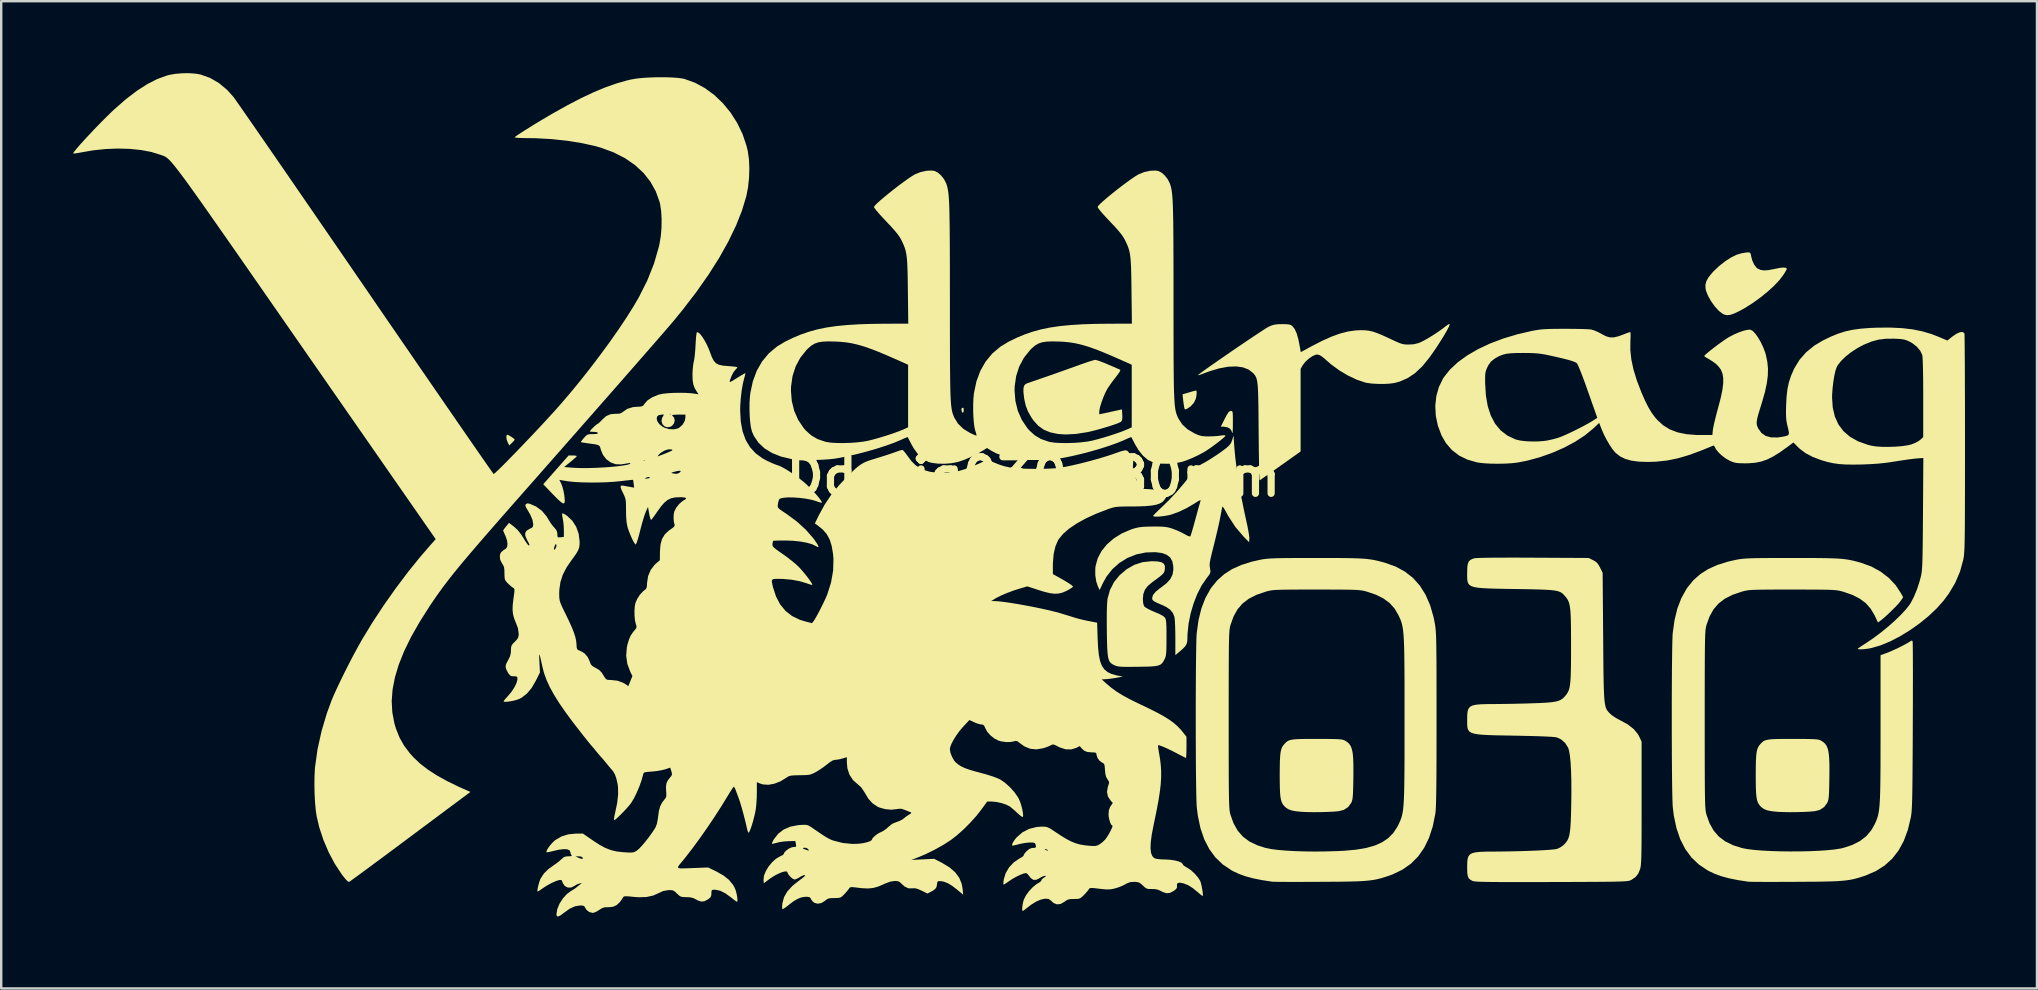
<source format=kicad_pcb>
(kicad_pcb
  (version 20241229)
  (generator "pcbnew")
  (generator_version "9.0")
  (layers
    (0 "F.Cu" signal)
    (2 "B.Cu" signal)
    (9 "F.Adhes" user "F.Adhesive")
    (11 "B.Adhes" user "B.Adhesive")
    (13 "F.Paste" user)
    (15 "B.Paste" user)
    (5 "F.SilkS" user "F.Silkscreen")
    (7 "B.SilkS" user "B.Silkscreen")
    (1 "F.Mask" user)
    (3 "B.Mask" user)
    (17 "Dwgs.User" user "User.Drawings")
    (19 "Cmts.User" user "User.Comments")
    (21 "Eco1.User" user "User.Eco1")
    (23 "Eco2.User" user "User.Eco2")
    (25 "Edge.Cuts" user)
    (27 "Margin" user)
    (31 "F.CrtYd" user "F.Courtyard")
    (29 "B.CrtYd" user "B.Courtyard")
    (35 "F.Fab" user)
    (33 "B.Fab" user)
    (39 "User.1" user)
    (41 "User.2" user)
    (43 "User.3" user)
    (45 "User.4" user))
  (footprint "Ddraig030-80mm"
    (layer "F.Cu")
    (at 40.005 16.815)
    (property "Reference" "Ddraig030-80mm" (at 0 0 0) (layer "F.SilkS") (effects (font (size 1.524 1.524) (thickness 0.3))))
    (attr board_only exclude_from_pos_files exclude_from_bom)
    (fp_poly (pts (xy -2.916 -2.873) (xy -2.9 -2.813) (xy -2.9 -2.782) (xy -2.911 -2.701) (xy -2.938 -2.668) (xy -2.938 -2.668) (xy -2.976 -2.695) (xy -2.977 -2.703) (xy -2.99 -2.769) (xy -2.998 -2.795) (xy -2.988 -2.854) (xy -2.96 -2.874)) (stroke (width 0) (type solid)) (fill yes) (layer "F.SilkS"))
    (fp_poly (pts (xy -21.894 -1.744) (xy -21.816 -1.706) (xy -21.727 -1.651) (xy -21.651 -1.595) (xy -21.612 -1.553) (xy -21.611 -1.549) (xy -21.637 -1.508) (xy -21.7 -1.438) (xy -21.724 -1.414) (xy -21.837 -1.306) (xy -21.898 -1.424) (xy -21.943 -1.543) (xy -21.959 -1.657) (xy -21.944 -1.739) (xy -21.936 -1.75)) (stroke (width 0) (type solid)) (fill yes) (layer "F.SilkS"))
    (fp_poly (pts (xy 6.799 -3.562) (xy 6.803 -3.475) (xy 6.79 -3.359) (xy 6.765 -3.243) (xy 6.686 -3.081) (xy 6.552 -2.934) (xy 6.413 -2.839) (xy 6.339 -2.807) (xy 6.305 -2.821) (xy 6.289 -2.872) (xy 6.273 -2.956) (xy 6.255 -3.085) (xy 6.241 -3.196) (xy 6.215 -3.435) (xy 6.485 -3.515) (xy 6.62 -3.554) (xy 6.724 -3.583) (xy 6.778 -3.595) (xy 6.779 -3.595)) (stroke (width 0) (type solid)) (fill yes) (layer "F.SilkS"))
    (fp_poly (pts (xy 8.262 -2.742) (xy 8.286 -2.725) (xy 8.301 -2.68) (xy 8.309 -2.596) (xy 8.312 -2.459) (xy 8.312 -2.281) (xy 8.311 -2.102) (xy 8.308 -1.955) (xy 8.303 -1.855) (xy 8.297 -1.817) (xy 8.297 -1.817) (xy 8.277 -1.849) (xy 8.259 -1.907) (xy 8.199 -1.998) (xy 8.084 -2.062) (xy 7.932 -2.088) (xy 7.923 -2.088) (xy 7.808 -2.088) (xy 7.973 -2.415) (xy 8.057 -2.575) (xy 8.12 -2.675) (xy 8.171 -2.727) (xy 8.22 -2.744) (xy 8.225 -2.744)) (stroke (width 0) (type solid)) (fill yes) (layer "F.SilkS"))
    (fp_poly (pts (xy 29.848 -9.34) (xy 29.881 -9.301) (xy 29.899 -9.23) (xy 29.905 -9.192) (xy 29.956 -9.002) (xy 30.036 -8.833) (xy 30.132 -8.709) (xy 30.171 -8.678) (xy 30.292 -8.621) (xy 30.436 -8.598) (xy 30.618 -8.609) (xy 30.854 -8.654) (xy 30.879 -8.659) (xy 31.101 -8.704) (xy 31.263 -8.718) (xy 31.361 -8.704) (xy 31.392 -8.663) (xy 31.373 -8.618) (xy 31.321 -8.528) (xy 31.248 -8.411) (xy 31.244 -8.405) (xy 31.078 -8.187) (xy 30.853 -7.951) (xy 30.584 -7.706) (xy 30.283 -7.463) (xy 29.964 -7.234) (xy 29.639 -7.029) (xy 29.409 -6.902) (xy 29.197 -6.802) (xy 29.032 -6.746) (xy 28.898 -6.733) (xy 28.78 -6.76) (xy 28.704 -6.799) (xy 28.548 -6.924) (xy 28.388 -7.102) (xy 28.238 -7.312) (xy 28.114 -7.531) (xy 28.03 -7.738) (xy 28.007 -7.837) (xy 28 -7.996) (xy 28.039 -8.149) (xy 28.129 -8.31) (xy 28.277 -8.493) (xy 28.329 -8.55) (xy 28.564 -8.775) (xy 28.815 -8.973) (xy 29.067 -9.136) (xy 29.305 -9.253) (xy 29.506 -9.312) (xy 29.676 -9.341) (xy 29.784 -9.351)) (stroke (width 0) (type solid)) (fill yes) (layer "F.SilkS"))
    (fp_poly (pts (xy 12.128 10.922) (xy 12.378 10.924) (xy 12.57 10.928) (xy 12.713 10.934) (xy 12.816 10.943) (xy 12.89 10.956) (xy 12.944 10.973) (xy 12.977 10.988) (xy 13.079 11.053) (xy 13.16 11.128) (xy 13.223 11.223) (xy 13.27 11.347) (xy 13.303 11.508) (xy 13.323 11.714) (xy 13.333 11.975) (xy 13.334 12.299) (xy 13.332 12.545) (xy 13.327 12.836) (xy 13.321 13.06) (xy 13.314 13.228) (xy 13.304 13.353) (xy 13.291 13.444) (xy 13.273 13.513) (xy 13.25 13.572) (xy 13.241 13.589) (xy 13.114 13.761) (xy 12.935 13.878) (xy 12.729 13.932) (xy 12.518 13.951) (xy 12.255 13.964) (xy 11.963 13.972) (xy 11.667 13.974) (xy 11.392 13.969) (xy 11.173 13.959) (xy 10.932 13.935) (xy 10.752 13.9) (xy 10.616 13.848) (xy 10.509 13.774) (xy 10.453 13.719) (xy 10.396 13.648) (xy 10.352 13.568) (xy 10.319 13.47) (xy 10.295 13.343) (xy 10.279 13.177) (xy 10.27 12.962) (xy 10.265 12.687) (xy 10.264 12.429) (xy 10.266 12.102) (xy 10.271 11.842) (xy 10.282 11.639) (xy 10.299 11.483) (xy 10.325 11.364) (xy 10.361 11.271) (xy 10.408 11.194) (xy 10.453 11.14) (xy 10.512 11.078) (xy 10.569 11.029) (xy 10.635 10.991) (xy 10.719 10.964) (xy 10.83 10.944) (xy 10.979 10.932) (xy 11.174 10.925) (xy 11.425 10.922) (xy 11.742 10.922) (xy 11.811 10.922)) (stroke (width 0) (type solid)) (fill yes) (layer "F.SilkS"))
    (fp_poly (pts (xy 31.961 10.922) (xy 32.211 10.924) (xy 32.403 10.928) (xy 32.546 10.934) (xy 32.649 10.943) (xy 32.723 10.956) (xy 32.777 10.973) (xy 32.81 10.988) (xy 32.911 11.053) (xy 32.993 11.128) (xy 33.056 11.223) (xy 33.103 11.347) (xy 33.136 11.508) (xy 33.156 11.714) (xy 33.166 11.975) (xy 33.167 12.299) (xy 33.164 12.545) (xy 33.16 12.836) (xy 33.154 13.06) (xy 33.147 13.228) (xy 33.137 13.353) (xy 33.124 13.444) (xy 33.106 13.513) (xy 33.082 13.572) (xy 33.074 13.589) (xy 32.946 13.761) (xy 32.768 13.878) (xy 32.561 13.932) (xy 32.351 13.951) (xy 32.088 13.964) (xy 31.796 13.972) (xy 31.5 13.974) (xy 31.225 13.969) (xy 31.006 13.959) (xy 30.765 13.935) (xy 30.585 13.9) (xy 30.449 13.848) (xy 30.342 13.774) (xy 30.286 13.719) (xy 30.229 13.648) (xy 30.185 13.568) (xy 30.151 13.47) (xy 30.128 13.343) (xy 30.112 13.177) (xy 30.102 12.962) (xy 30.098 12.687) (xy 30.097 12.429) (xy 30.099 12.102) (xy 30.104 11.842) (xy 30.115 11.639) (xy 30.132 11.483) (xy 30.158 11.364) (xy 30.194 11.271) (xy 30.241 11.194) (xy 30.286 11.14) (xy 30.345 11.078) (xy 30.402 11.029) (xy 30.468 10.991) (xy 30.552 10.964) (xy 30.663 10.944) (xy 30.812 10.932) (xy 31.007 10.925) (xy 31.258 10.922) (xy 31.575 10.922) (xy 31.644 10.922)) (stroke (width 0) (type solid)) (fill yes) (layer "F.SilkS"))
    (fp_poly (pts (xy 2.649 -4.856) (xy 2.769 -4.816) (xy 2.926 -4.756) (xy 3.104 -4.682) (xy 3.121 -4.674) (xy 3.296 -4.599) (xy 3.448 -4.533) (xy 3.56 -4.485) (xy 3.619 -4.46) (xy 3.621 -4.459) (xy 3.619 -4.422) (xy 3.571 -4.337) (xy 3.482 -4.214) (xy 3.426 -4.142) (xy 3.304 -3.985) (xy 3.186 -3.821) (xy 3.091 -3.678) (xy 3.065 -3.633) (xy 2.985 -3.475) (xy 2.906 -3.288) (xy 2.835 -3.093) (xy 2.78 -2.913) (xy 2.749 -2.768) (xy 2.745 -2.715) (xy 2.745 -2.603) (xy 3.218 -2.705) (xy 3.692 -2.808) (xy 3.704 -2.574) (xy 3.706 -2.435) (xy 3.692 -2.351) (xy 3.658 -2.3) (xy 3.646 -2.29) (xy 3.57 -2.251) (xy 3.434 -2.199) (xy 3.254 -2.137) (xy 3.045 -2.071) (xy 2.822 -2.005) (xy 2.6 -1.943) (xy 2.396 -1.892) (xy 2.245 -1.859) (xy 1.777 -1.786) (xy 1.359 -1.763) (xy 1.037 -1.782) (xy 0.708 -1.849) (xy 0.434 -1.961) (xy 0.202 -2.126) (xy -0.000401 -2.352) (xy -0.091 -2.485) (xy -0.227 -2.727) (xy -0.318 -2.965) (xy -0.378 -3.233) (xy -0.39 -3.315) (xy -0.414 -3.533) (xy -0.413 -3.689) (xy -0.385 -3.795) (xy -0.327 -3.862) (xy -0.261 -3.894) (xy -0.176 -3.924) (xy -0.037 -3.972) (xy 0.137 -4.032) (xy 0.326 -4.097) (xy 0.329 -4.098) (xy 0.62 -4.199) (xy 0.891 -4.294) (xy 1.16 -4.389) (xy 1.45 -4.493) (xy 1.782 -4.612) (xy 1.956 -4.675) (xy 2.154 -4.744) (xy 2.331 -4.803) (xy 2.473 -4.846) (xy 2.563 -4.869) (xy 2.583 -4.871)) (stroke (width 0) (type solid)) (fill yes) (layer "F.SilkS"))
    (fp_poly (pts (xy 5.18 3.528) (xy 5.338 3.561) (xy 5.436 3.623) (xy 5.48 3.719) (xy 5.478 3.854) (xy 5.472 3.888) (xy 5.458 3.947) (xy 5.433 3.999) (xy 5.387 4.055) (xy 5.31 4.124) (xy 5.193 4.215) (xy 5.025 4.338) (xy 4.96 4.386) (xy 4.77 4.545) (xy 4.646 4.708) (xy 4.58 4.89) (xy 4.562 5.093) (xy 4.573 5.254) (xy 4.605 5.373) (xy 4.62 5.4) (xy 4.681 5.45) (xy 4.797 5.517) (xy 4.952 5.59) (xy 5.049 5.63) (xy 5.268 5.724) (xy 5.413 5.806) (xy 5.485 5.874) (xy 5.507 5.919) (xy 5.524 5.985) (xy 5.535 6.082) (xy 5.542 6.221) (xy 5.546 6.413) (xy 5.546 6.67) (xy 5.546 6.706) (xy 5.545 6.969) (xy 5.542 7.166) (xy 5.535 7.312) (xy 5.524 7.418) (xy 5.508 7.497) (xy 5.485 7.561) (xy 5.469 7.594) (xy 5.418 7.691) (xy 5.366 7.765) (xy 5.303 7.82) (xy 5.218 7.859) (xy 5.101 7.885) (xy 4.941 7.901) (xy 4.727 7.91) (xy 4.45 7.915) (xy 4.356 7.916) (xy 4.079 7.919) (xy 3.867 7.919) (xy 3.709 7.916) (xy 3.593 7.909) (xy 3.508 7.896) (xy 3.441 7.878) (xy 3.381 7.854) (xy 3.38 7.854) (xy 3.298 7.812) (xy 3.232 7.766) (xy 3.181 7.706) (xy 3.141 7.625) (xy 3.113 7.513) (xy 3.092 7.362) (xy 3.078 7.164) (xy 3.069 6.91) (xy 3.063 6.591) (xy 3.061 6.406) (xy 3.058 5.992) (xy 3.06 5.647) (xy 3.067 5.373) (xy 3.08 5.172) (xy 3.092 5.072) (xy 3.192 4.714) (xy 3.36 4.388) (xy 3.591 4.103) (xy 3.593 4.101) (xy 3.892 3.847) (xy 4.211 3.666) (xy 4.553 3.557) (xy 4.925 3.518) (xy 4.954 3.518)) (stroke (width 0) (type solid)) (fill yes) (layer "F.SilkS"))
    (fp_poly (pts (xy 17.34 -6.321) (xy 17.296 -6.221) (xy 17.22 -6.077) (xy 17.117 -5.898) (xy 16.992 -5.696) (xy 16.853 -5.478) (xy 16.703 -5.255) (xy 16.551 -5.037) (xy 16.483 -4.944) (xy 16.196 -4.594) (xy 15.901 -4.318) (xy 15.592 -4.11) (xy 15.263 -3.967) (xy 15.047 -3.909) (xy 14.847 -3.881) (xy 14.604 -3.868) (xy 14.344 -3.87) (xy 14.095 -3.885) (xy 13.886 -3.914) (xy 13.827 -3.927) (xy 13.475 -4.045) (xy 13.107 -4.219) (xy 12.743 -4.436) (xy 12.405 -4.683) (xy 12.252 -4.816) (xy 12.098 -4.953) (xy 11.981 -5.039) (xy 11.89 -5.083) (xy 11.81 -5.093) (xy 11.762 -5.085) (xy 11.624 -5.025) (xy 11.472 -4.92) (xy 11.332 -4.791) (xy 11.229 -4.658) (xy 11.227 -4.656) (xy 11.134 -4.497) (xy 11.134 -1.055) (xy 10.296 -0.46) (xy 10.072 -0.301) (xy 9.868 -0.157) (xy 9.693 -0.035) (xy 9.556 0.061) (xy 9.465 0.124) (xy 9.429 0.147) (xy 9.423 0.112) (xy 9.417 0.007) (xy 9.411 -0.162) (xy 9.405 -0.386) (xy 9.4 -0.66) (xy 9.395 -0.975) (xy 9.391 -1.325) (xy 9.387 -1.702) (xy 9.386 -1.863) (xy 9.382 -2.334) (xy 9.379 -2.734) (xy 9.374 -3.069) (xy 9.368 -3.347) (xy 9.36 -3.574) (xy 9.35 -3.756) (xy 9.336 -3.9) (xy 9.318 -4.012) (xy 9.296 -4.099) (xy 9.268 -4.168) (xy 9.235 -4.225) (xy 9.195 -4.276) (xy 9.152 -4.324) (xy 8.967 -4.469) (xy 8.73 -4.56) (xy 8.445 -4.599) (xy 8.116 -4.585) (xy 7.748 -4.518) (xy 7.344 -4.398) (xy 7.17 -4.334) (xy 7.031 -4.282) (xy 6.921 -4.245) (xy 6.86 -4.229) (xy 6.853 -4.23) (xy 6.879 -4.256) (xy 6.961 -4.319) (xy 7.093 -4.415) (xy 7.265 -4.538) (xy 7.472 -4.684) (xy 7.705 -4.846) (xy 7.957 -5.02) (xy 8.219 -5.201) (xy 8.485 -5.383) (xy 8.747 -5.56) (xy 8.996 -5.729) (xy 9.227 -5.883) (xy 9.43 -6.017) (xy 9.598 -6.127) (xy 9.724 -6.207) (xy 9.801 -6.251) (xy 9.807 -6.254) (xy 9.938 -6.309) (xy 10.057 -6.341) (xy 10.196 -6.356) (xy 10.367 -6.36) (xy 10.539 -6.357) (xy 10.653 -6.346) (xy 10.729 -6.323) (xy 10.785 -6.284) (xy 10.788 -6.282) (xy 10.885 -6.161) (xy 10.968 -5.98) (xy 11.039 -5.733) (xy 11.077 -5.545) (xy 11.142 -5.194) (xy 11.592 -5.439) (xy 12.03 -5.664) (xy 12.423 -5.84) (xy 12.779 -5.969) (xy 13.111 -6.054) (xy 13.427 -6.099) (xy 13.651 -6.108) (xy 13.817 -6.104) (xy 13.97 -6.087) (xy 14.124 -6.054) (xy 14.293 -5.999) (xy 14.492 -5.919) (xy 14.736 -5.809) (xy 14.904 -5.73) (xy 15.098 -5.639) (xy 15.243 -5.577) (xy 15.355 -5.538) (xy 15.453 -5.518) (xy 15.557 -5.51) (xy 15.638 -5.509) (xy 15.856 -5.523) (xy 16.042 -5.57) (xy 16.121 -5.601) (xy 16.277 -5.678) (xy 16.472 -5.789) (xy 16.685 -5.921) (xy 16.895 -6.061) (xy 17.079 -6.193) (xy 17.157 -6.255) (xy 17.251 -6.325) (xy 17.321 -6.364) (xy 17.345 -6.367)) (stroke (width 0) (type solid)) (fill yes) (layer "F.SilkS"))
    (fp_poly (pts (xy 8.368 -1.295) (xy 8.409 -0.827) (xy 8.475 -0.3) (xy 8.563 0.271) (xy 8.67 0.872) (xy 8.795 1.49) (xy 8.871 1.834) (xy 8.919 2.053) (xy 8.957 2.256) (xy 8.985 2.426) (xy 8.999 2.547) (xy 8.999 2.588) (xy 8.987 2.726) (xy 8.763 2.497) (xy 8.421 2.097) (xy 8.124 1.644) (xy 8.037 1.485) (xy 7.968 1.36) (xy 7.913 1.274) (xy 7.878 1.24) (xy 7.872 1.244) (xy 7.86 1.303) (xy 7.837 1.418) (xy 7.809 1.57) (xy 7.792 1.662) (xy 7.761 1.818) (xy 7.715 2.029) (xy 7.658 2.277) (xy 7.595 2.541) (xy 7.531 2.803) (xy 7.464 3.069) (xy 7.414 3.272) (xy 7.379 3.424) (xy 7.357 3.536) (xy 7.346 3.621) (xy 7.345 3.691) (xy 7.351 3.758) (xy 7.363 3.833) (xy 7.366 3.851) (xy 7.377 3.939) (xy 7.366 4.009) (xy 7.327 4.084) (xy 7.248 4.188) (xy 7.214 4.231) (xy 7.012 4.524) (xy 6.832 4.876) (xy 6.677 5.27) (xy 6.553 5.689) (xy 6.467 6.116) (xy 6.423 6.536) (xy 6.418 6.709) (xy 6.412 6.853) (xy 6.385 6.963) (xy 6.327 7.061) (xy 6.227 7.166) (xy 6.109 7.268) (xy 5.915 7.43) (xy 5.915 6.702) (xy 5.913 6.461) (xy 5.907 6.238) (xy 5.898 6.048) (xy 5.887 5.906) (xy 5.875 5.829) (xy 5.807 5.667) (xy 5.696 5.535) (xy 5.529 5.421) (xy 5.344 5.334) (xy 5.17 5.26) (xy 5.056 5.204) (xy 4.989 5.157) (xy 4.957 5.111) (xy 4.949 5.055) (xy 4.949 5.046) (xy 4.985 4.926) (xy 5.094 4.791) (xy 5.277 4.641) (xy 5.334 4.602) (xy 5.556 4.429) (xy 5.709 4.257) (xy 5.799 4.073) (xy 5.833 3.865) (xy 5.829 3.725) (xy 5.788 3.518) (xy 5.698 3.36) (xy 5.554 3.248) (xy 5.351 3.176) (xy 5.088 3.141) (xy 4.682 3.153) (xy 4.29 3.234) (xy 3.921 3.381) (xy 3.585 3.588) (xy 3.29 3.85) (xy 3.046 4.161) (xy 2.913 4.398) (xy 2.76 4.718) (xy 2.69 4.572) (xy 2.617 4.353) (xy 2.579 4.094) (xy 2.58 3.823) (xy 2.593 3.713) (xy 2.682 3.393) (xy 2.841 3.093) (xy 3.064 2.817) (xy 3.346 2.572) (xy 3.678 2.364) (xy 4.057 2.199) (xy 4.13 2.174) (xy 4.267 2.134) (xy 4.394 2.106) (xy 4.533 2.088) (xy 4.705 2.078) (xy 4.93 2.074) (xy 4.968 2.073) (xy 5.197 2.073) (xy 5.369 2.078) (xy 5.504 2.09) (xy 5.621 2.111) (xy 5.74 2.144) (xy 5.791 2.161) (xy 5.969 2.228) (xy 6.153 2.311) (xy 6.29 2.384) (xy 6.405 2.447) (xy 6.494 2.483) (xy 6.537 2.485) (xy 6.556 2.44) (xy 6.591 2.332) (xy 6.638 2.174) (xy 6.693 1.979) (xy 6.747 1.78) (xy 6.808 1.557) (xy 6.863 1.355) (xy 6.91 1.188) (xy 6.945 1.07) (xy 6.961 1.018) (xy 6.969 0.981) (xy 6.948 0.976) (xy 6.886 1.005) (xy 6.774 1.074) (xy 6.725 1.106) (xy 6.385 1.306) (xy 6.051 1.465) (xy 5.742 1.575) (xy 5.624 1.604) (xy 5.452 1.634) (xy 5.286 1.654) (xy 5.143 1.661) (xy 5.038 1.656) (xy 4.989 1.637) (xy 4.987 1.631) (xy 5.014 1.595) (xy 5.088 1.518) (xy 5.197 1.41) (xy 5.332 1.282) (xy 5.36 1.256) (xy 5.651 0.971) (xy 5.959 0.642) (xy 6.261 0.291) (xy 6.539 -0.057) (xy 6.606 -0.147) (xy 6.74 -0.314) (xy 6.859 -0.43) (xy 6.984 -0.514) (xy 7.012 -0.529) (xy 7.19 -0.626) (xy 7.404 -0.757) (xy 7.63 -0.904) (xy 7.847 -1.054) (xy 8.028 -1.191) (xy 8.031 -1.192) (xy 8.157 -1.305) (xy 8.235 -1.409) (xy 8.285 -1.532) (xy 8.286 -1.537) (xy 8.34 -1.72)) (stroke (width 0) (type solid)) (fill yes) (layer "F.SilkS"))
    (fp_poly (pts (xy 20.503 3.369) (xy 20.819 3.371) (xy 23.138 3.383) (xy 23.32 3.473) (xy 23.436 3.541) (xy 23.519 3.624) (xy 23.594 3.749) (xy 23.61 3.782) (xy 23.718 4.001) (xy 23.74 6.669) (xy 23.744 7.214) (xy 23.748 7.687) (xy 23.752 8.094) (xy 23.758 8.44) (xy 23.764 8.731) (xy 23.773 8.973) (xy 23.783 9.172) (xy 23.797 9.332) (xy 23.814 9.459) (xy 23.834 9.56) (xy 23.859 9.639) (xy 23.889 9.703) (xy 23.924 9.756) (xy 23.965 9.805) (xy 24.012 9.854) (xy 24.028 9.871) (xy 24.133 9.958) (xy 24.279 10.054) (xy 24.436 10.138) (xy 24.444 10.142) (xy 24.767 10.318) (xy 25.016 10.514) (xy 25.19 10.728) (xy 25.24 10.819) (xy 25.342 11.038) (xy 25.342 13.589) (xy 25.342 14.102) (xy 25.341 14.542) (xy 25.34 14.918) (xy 25.339 15.234) (xy 25.336 15.496) (xy 25.332 15.711) (xy 25.328 15.883) (xy 25.322 16.02) (xy 25.315 16.128) (xy 25.306 16.211) (xy 25.296 16.276) (xy 25.283 16.328) (xy 25.276 16.355) (xy 25.202 16.535) (xy 25.097 16.668) (xy 24.941 16.779) (xy 24.897 16.803) (xy 24.87 16.816) (xy 24.837 16.828) (xy 24.792 16.837) (xy 24.731 16.846) (xy 24.648 16.853) (xy 24.539 16.859) (xy 24.397 16.864) (xy 24.219 16.869) (xy 23.999 16.872) (xy 23.732 16.875) (xy 23.412 16.877) (xy 23.034 16.879) (xy 22.594 16.881) (xy 22.087 16.883) (xy 21.592 16.884) (xy 21.002 16.886) (xy 20.485 16.886) (xy 20.036 16.886) (xy 19.651 16.886) (xy 19.325 16.884) (xy 19.053 16.882) (xy 18.832 16.878) (xy 18.655 16.874) (xy 18.52 16.868) (xy 18.42 16.861) (xy 18.353 16.853) (xy 18.312 16.844) (xy 18.306 16.842) (xy 18.208 16.791) (xy 18.142 16.731) (xy 18.102 16.646) (xy 18.081 16.52) (xy 18.074 16.338) (xy 18.074 16.257) (xy 18.077 16.072) (xy 18.091 15.927) (xy 18.124 15.817) (xy 18.186 15.737) (xy 18.283 15.682) (xy 18.425 15.647) (xy 18.62 15.627) (xy 18.876 15.618) (xy 19.184 15.616) (xy 19.557 15.612) (xy 19.931 15.606) (xy 20.297 15.597) (xy 20.645 15.586) (xy 20.966 15.573) (xy 21.251 15.558) (xy 21.49 15.543) (xy 21.674 15.526) (xy 21.795 15.51) (xy 21.823 15.503) (xy 21.945 15.446) (xy 22.072 15.356) (xy 22.119 15.314) (xy 22.189 15.237) (xy 22.246 15.156) (xy 22.292 15.062) (xy 22.327 14.945) (xy 22.354 14.797) (xy 22.374 14.609) (xy 22.389 14.371) (xy 22.4 14.075) (xy 22.409 13.712) (xy 22.41 13.667) (xy 22.416 13.131) (xy 22.414 12.655) (xy 22.402 12.24) (xy 22.382 11.891) (xy 22.353 11.61) (xy 22.316 11.401) (xy 22.278 11.282) (xy 22.152 11.085) (xy 21.975 10.934) (xy 21.813 10.86) (xy 21.731 10.846) (xy 21.573 10.833) (xy 21.342 10.821) (xy 21.04 10.809) (xy 20.669 10.799) (xy 20.231 10.789) (xy 20.065 10.786) (xy 19.622 10.778) (xy 19.25 10.771) (xy 18.942 10.761) (xy 18.694 10.747) (xy 18.498 10.727) (xy 18.348 10.699) (xy 18.238 10.66) (xy 18.163 10.609) (xy 18.114 10.543) (xy 18.088 10.46) (xy 18.076 10.359) (xy 18.074 10.236) (xy 18.074 10.11) (xy 18.077 9.924) (xy 18.091 9.778) (xy 18.126 9.667) (xy 18.189 9.587) (xy 18.288 9.532) (xy 18.433 9.498) (xy 18.631 9.479) (xy 18.891 9.471) (xy 19.165 9.469) (xy 19.434 9.467) (xy 19.754 9.462) (xy 20.1 9.456) (xy 20.446 9.448) (xy 20.767 9.438) (xy 20.799 9.437) (xy 21.133 9.425) (xy 21.399 9.41) (xy 21.608 9.391) (xy 21.77 9.364) (xy 21.895 9.329) (xy 21.993 9.282) (xy 22.074 9.221) (xy 22.149 9.144) (xy 22.163 9.127) (xy 22.219 9.056) (xy 22.266 8.982) (xy 22.304 8.9) (xy 22.335 8.799) (xy 22.358 8.674) (xy 22.375 8.517) (xy 22.387 8.319) (xy 22.395 8.073) (xy 22.4 7.771) (xy 22.402 7.406) (xy 22.402 7.056) (xy 22.401 6.632) (xy 22.399 6.278) (xy 22.394 5.987) (xy 22.385 5.749) (xy 22.372 5.558) (xy 22.353 5.407) (xy 22.328 5.286) (xy 22.295 5.189) (xy 22.254 5.108) (xy 22.204 5.036) (xy 22.151 4.972) (xy 22.095 4.911) (xy 22.041 4.859) (xy 21.981 4.817) (xy 21.907 4.783) (xy 21.813 4.756) (xy 21.69 4.735) (xy 21.533 4.718) (xy 21.332 4.706) (xy 21.082 4.696) (xy 20.775 4.688) (xy 20.403 4.681) (xy 20.084 4.676) (xy 19.639 4.669) (xy 19.264 4.662) (xy 18.955 4.652) (xy 18.704 4.639) (xy 18.506 4.62) (xy 18.355 4.592) (xy 18.243 4.554) (xy 18.166 4.503) (xy 18.116 4.439) (xy 18.089 4.357) (xy 18.076 4.257) (xy 18.073 4.136) (xy 18.074 3.999) (xy 18.079 3.785) (xy 18.098 3.634) (xy 18.139 3.531) (xy 18.208 3.463) (xy 18.312 3.415) (xy 18.36 3.399) (xy 18.436 3.389) (xy 18.588 3.381) (xy 18.817 3.375) (xy 19.123 3.371) (xy 19.506 3.369) (xy 19.966 3.368)) (stroke (width 0) (type solid)) (fill yes) (layer "F.SilkS"))
    (fp_poly (pts (xy 32.091 3.383) (xy 32.488 3.384) (xy 32.825 3.387) (xy 33.108 3.392) (xy 33.346 3.399) (xy 33.548 3.409) (xy 33.721 3.423) (xy 33.873 3.442) (xy 34.013 3.465) (xy 34.149 3.494) (xy 34.288 3.529) (xy 34.44 3.57) (xy 34.485 3.583) (xy 34.913 3.739) (xy 35.302 3.952) (xy 35.645 4.217) (xy 35.934 4.526) (xy 36.145 4.847) (xy 36.24 5.02) (xy 36.127 5.182) (xy 36.05 5.278) (xy 35.929 5.408) (xy 35.782 5.556) (xy 35.625 5.708) (xy 35.473 5.847) (xy 35.343 5.957) (xy 35.292 5.996) (xy 35.189 6.069) (xy 35.051 5.778) (xy 34.889 5.501) (xy 34.685 5.269) (xy 34.431 5.077) (xy 34.12 4.919) (xy 33.742 4.789) (xy 33.723 4.784) (xy 33.65 4.764) (xy 33.579 4.748) (xy 33.503 4.734) (xy 33.414 4.724) (xy 33.304 4.715) (xy 33.165 4.709) (xy 32.99 4.705) (xy 32.771 4.702) (xy 32.501 4.7) (xy 32.171 4.699) (xy 31.774 4.699) (xy 31.624 4.699) (xy 31.204 4.699) (xy 30.853 4.699) (xy 30.563 4.701) (xy 30.328 4.703) (xy 30.14 4.707) (xy 29.99 4.712) (xy 29.871 4.719) (xy 29.775 4.729) (xy 29.695 4.742) (xy 29.623 4.757) (xy 29.55 4.776) (xy 29.517 4.785) (xy 29.13 4.917) (xy 28.808 5.08) (xy 28.546 5.281) (xy 28.336 5.526) (xy 28.171 5.823) (xy 28.044 6.177) (xy 28.042 6.186) (xy 28.03 6.231) (xy 28.02 6.282) (xy 28.01 6.342) (xy 28.002 6.417) (xy 27.996 6.512) (xy 27.99 6.631) (xy 27.985 6.779) (xy 27.981 6.962) (xy 27.978 7.184) (xy 27.976 7.449) (xy 27.974 7.764) (xy 27.973 8.132) (xy 27.972 8.559) (xy 27.971 9.05) (xy 27.971 9.608) (xy 27.971 10.129) (xy 27.971 10.749) (xy 27.971 11.296) (xy 27.972 11.775) (xy 27.973 12.192) (xy 27.974 12.551) (xy 27.976 12.857) (xy 27.978 13.115) (xy 27.982 13.329) (xy 27.986 13.506) (xy 27.991 13.649) (xy 27.997 13.764) (xy 28.004 13.855) (xy 28.012 13.927) (xy 28.021 13.985) (xy 28.032 14.035) (xy 28.042 14.072) (xy 28.172 14.436) (xy 28.343 14.74) (xy 28.56 14.991) (xy 28.83 15.193) (xy 29.16 15.353) (xy 29.517 15.467) (xy 29.731 15.509) (xy 30.009 15.544) (xy 30.34 15.572) (xy 30.711 15.592) (xy 31.109 15.605) (xy 31.523 15.61) (xy 31.939 15.608) (xy 32.347 15.599) (xy 32.733 15.582) (xy 33.085 15.558) (xy 33.39 15.527) (xy 33.637 15.488) (xy 33.731 15.466) (xy 34.119 15.34) (xy 34.443 15.175) (xy 34.708 14.968) (xy 34.918 14.717) (xy 35.046 14.489) (xy 35.089 14.396) (xy 35.127 14.307) (xy 35.16 14.218) (xy 35.189 14.122) (xy 35.213 14.014) (xy 35.233 13.89) (xy 35.25 13.742) (xy 35.263 13.566) (xy 35.274 13.357) (xy 35.282 13.109) (xy 35.288 12.817) (xy 35.292 12.474) (xy 35.295 12.076) (xy 35.296 11.617) (xy 35.297 11.092) (xy 35.297 10.496) (xy 35.297 7.433) (xy 35.539 7.346) (xy 35.708 7.278) (xy 35.904 7.191) (xy 36.107 7.094) (xy 36.294 6.998) (xy 36.443 6.914) (xy 36.505 6.874) (xy 36.581 6.828) (xy 36.619 6.83) (xy 36.633 6.855) (xy 36.636 6.901) (xy 36.639 7.019) (xy 36.641 7.203) (xy 36.643 7.447) (xy 36.644 7.747) (xy 36.645 8.095) (xy 36.645 8.488) (xy 36.644 8.919) (xy 36.644 9.382) (xy 36.642 9.872) (xy 36.64 10.366) (xy 36.638 10.972) (xy 36.635 11.505) (xy 36.632 11.972) (xy 36.629 12.377) (xy 36.626 12.725) (xy 36.622 13.022) (xy 36.618 13.272) (xy 36.613 13.482) (xy 36.607 13.656) (xy 36.6 13.799) (xy 36.593 13.916) (xy 36.584 14.014) (xy 36.574 14.096) (xy 36.563 14.168) (xy 36.56 14.185) (xy 36.436 14.706) (xy 36.267 15.166) (xy 36.051 15.566) (xy 35.785 15.908) (xy 35.469 16.195) (xy 35.101 16.429) (xy 34.679 16.611) (xy 34.64 16.625) (xy 34.481 16.677) (xy 34.335 16.721) (xy 34.194 16.758) (xy 34.05 16.788) (xy 33.894 16.812) (xy 33.719 16.831) (xy 33.515 16.846) (xy 33.276 16.857) (xy 32.993 16.864) (xy 32.657 16.87) (xy 32.26 16.873) (xy 31.795 16.876) (xy 31.779 16.876) (xy 31.402 16.878) (xy 31.045 16.879) (xy 30.717 16.879) (xy 30.426 16.879) (xy 30.179 16.878) (xy 29.985 16.876) (xy 29.853 16.873) (xy 29.789 16.871) (xy 29.788 16.87) (xy 29.356 16.804) (xy 28.988 16.73) (xy 28.672 16.645) (xy 28.395 16.545) (xy 28.145 16.427) (xy 28.087 16.396) (xy 27.726 16.154) (xy 27.417 15.858) (xy 27.159 15.507) (xy 26.951 15.1) (xy 26.793 14.636) (xy 26.683 14.113) (xy 26.64 13.759) (xy 26.633 13.638) (xy 26.626 13.446) (xy 26.62 13.192) (xy 26.614 12.884) (xy 26.61 12.527) (xy 26.606 12.132) (xy 26.603 11.703) (xy 26.601 11.25) (xy 26.599 10.779) (xy 26.599 10.299) (xy 26.599 9.815) (xy 26.599 9.337) (xy 26.601 8.871) (xy 26.603 8.426) (xy 26.606 8.007) (xy 26.61 7.624) (xy 26.615 7.283) (xy 26.62 6.991) (xy 26.626 6.757) (xy 26.633 6.588) (xy 26.638 6.514) (xy 26.714 5.971) (xy 26.832 5.487) (xy 26.997 5.058) (xy 27.208 4.678) (xy 27.255 4.609) (xy 27.5 4.31) (xy 27.784 4.057) (xy 28.115 3.846) (xy 28.499 3.673) (xy 28.944 3.534) (xy 29.31 3.452) (xy 29.401 3.436) (xy 29.496 3.423) (xy 29.605 3.412) (xy 29.733 3.403) (xy 29.89 3.396) (xy 30.082 3.391) (xy 30.316 3.387) (xy 30.601 3.385) (xy 30.944 3.384) (xy 31.352 3.383) (xy 31.624 3.383)) (stroke (width 0) (type solid)) (fill yes) (layer "F.SilkS"))
    (fp_poly (pts (xy 12.258 3.383) (xy 12.655 3.384) (xy 12.992 3.387) (xy 13.275 3.392) (xy 13.513 3.399) (xy 13.715 3.409) (xy 13.888 3.423) (xy 14.04 3.442) (xy 14.18 3.465) (xy 14.316 3.494) (xy 14.455 3.529) (xy 14.607 3.57) (xy 14.652 3.583) (xy 15.094 3.741) (xy 15.482 3.952) (xy 15.819 4.217) (xy 16.105 4.538) (xy 16.342 4.917) (xy 16.532 5.354) (xy 16.675 5.853) (xy 16.727 6.113) (xy 16.739 6.186) (xy 16.75 6.262) (xy 16.759 6.348) (xy 16.767 6.447) (xy 16.774 6.566) (xy 16.78 6.709) (xy 16.785 6.881) (xy 16.788 7.088) (xy 16.791 7.335) (xy 16.794 7.627) (xy 16.796 7.968) (xy 16.797 8.366) (xy 16.797 8.824) (xy 16.798 9.347) (xy 16.798 9.941) (xy 16.798 10.11) (xy 16.798 10.764) (xy 16.797 11.344) (xy 16.796 11.856) (xy 16.794 12.303) (xy 16.791 12.689) (xy 16.787 13.018) (xy 16.783 13.295) (xy 16.778 13.523) (xy 16.772 13.708) (xy 16.765 13.852) (xy 16.756 13.96) (xy 16.748 14.034) (xy 16.639 14.57) (xy 16.484 15.045) (xy 16.282 15.46) (xy 16.032 15.817) (xy 15.732 16.119) (xy 15.38 16.367) (xy 14.976 16.563) (xy 14.807 16.625) (xy 14.648 16.677) (xy 14.502 16.721) (xy 14.361 16.758) (xy 14.217 16.788) (xy 14.061 16.812) (xy 13.886 16.831) (xy 13.683 16.846) (xy 13.443 16.857) (xy 13.16 16.864) (xy 12.824 16.87) (xy 12.427 16.873) (xy 11.962 16.876) (xy 11.946 16.876) (xy 11.569 16.878) (xy 11.212 16.879) (xy 10.884 16.879) (xy 10.593 16.879) (xy 10.346 16.878) (xy 10.152 16.876) (xy 10.02 16.873) (xy 9.956 16.871) (xy 9.955 16.87) (xy 9.523 16.804) (xy 9.155 16.73) (xy 8.839 16.645) (xy 8.562 16.545) (xy 8.312 16.427) (xy 8.254 16.396) (xy 7.893 16.154) (xy 7.584 15.858) (xy 7.326 15.507) (xy 7.118 15.1) (xy 6.96 14.636) (xy 6.851 14.113) (xy 6.807 13.759) (xy 6.8 13.638) (xy 6.793 13.446) (xy 6.787 13.192) (xy 6.782 12.884) (xy 6.777 12.527) (xy 6.773 12.132) (xy 6.77 11.703) (xy 6.768 11.25) (xy 6.766 10.779) (xy 6.766 10.299) (xy 6.766 10.129) (xy 8.138 10.129) (xy 8.138 10.749) (xy 8.138 11.296) (xy 8.139 11.775) (xy 8.14 12.192) (xy 8.141 12.551) (xy 8.143 12.857) (xy 8.146 13.115) (xy 8.149 13.329) (xy 8.153 13.506) (xy 8.158 13.649) (xy 8.164 13.764) (xy 8.171 13.855) (xy 8.179 13.927) (xy 8.188 13.985) (xy 8.199 14.035) (xy 8.209 14.072) (xy 8.34 14.437) (xy 8.511 14.741) (xy 8.728 14.991) (xy 8.999 15.194) (xy 9.329 15.353) (xy 9.684 15.467) (xy 9.9 15.51) (xy 10.181 15.546) (xy 10.517 15.574) (xy 10.897 15.596) (xy 11.31 15.609) (xy 11.745 15.614) (xy 12.19 15.609) (xy 12.635 15.596) (xy 12.951 15.581) (xy 13.442 15.537) (xy 13.865 15.465) (xy 14.226 15.363) (xy 14.531 15.227) (xy 14.784 15.056) (xy 14.992 14.846) (xy 15.159 14.595) (xy 15.213 14.489) (xy 15.254 14.401) (xy 15.291 14.317) (xy 15.323 14.232) (xy 15.351 14.143) (xy 15.374 14.042) (xy 15.395 13.926) (xy 15.412 13.789) (xy 15.426 13.626) (xy 15.437 13.432) (xy 15.446 13.202) (xy 15.452 12.93) (xy 15.457 12.612) (xy 15.461 12.243) (xy 15.463 11.816) (xy 15.464 11.328) (xy 15.464 10.773) (xy 15.464 10.146) (xy 15.464 10.129) (xy 15.464 9.5) (xy 15.464 8.943) (xy 15.463 8.453) (xy 15.461 8.025) (xy 15.457 7.654) (xy 15.453 7.335) (xy 15.446 7.062) (xy 15.437 6.831) (xy 15.426 6.636) (xy 15.412 6.473) (xy 15.395 6.335) (xy 15.375 6.218) (xy 15.351 6.118) (xy 15.324 6.028) (xy 15.292 5.943) (xy 15.255 5.86) (xy 15.214 5.771) (xy 15.213 5.769) (xy 15.052 5.493) (xy 14.845 5.262) (xy 14.586 5.07) (xy 14.268 4.912) (xy 13.891 4.784) (xy 13.817 4.764) (xy 13.747 4.748) (xy 13.67 4.734) (xy 13.581 4.724) (xy 13.471 4.715) (xy 13.332 4.709) (xy 13.157 4.705) (xy 12.938 4.702) (xy 12.668 4.7) (xy 12.338 4.699) (xy 11.941 4.699) (xy 11.791 4.699) (xy 11.371 4.699) (xy 11.02 4.699) (xy 10.731 4.701) (xy 10.495 4.703) (xy 10.307 4.707) (xy 10.157 4.712) (xy 10.038 4.719) (xy 9.942 4.729) (xy 9.862 4.742) (xy 9.79 4.757) (xy 9.718 4.776) (xy 9.684 4.785) (xy 9.297 4.917) (xy 8.976 5.08) (xy 8.713 5.281) (xy 8.503 5.526) (xy 8.339 5.823) (xy 8.212 6.177) (xy 8.209 6.186) (xy 8.197 6.231) (xy 8.187 6.282) (xy 8.178 6.342) (xy 8.17 6.417) (xy 8.163 6.512) (xy 8.157 6.631) (xy 8.152 6.779) (xy 8.148 6.962) (xy 8.145 7.184) (xy 8.143 7.449) (xy 8.141 7.764) (xy 8.14 8.132) (xy 8.139 8.559) (xy 8.138 9.05) (xy 8.138 9.608) (xy 8.138 10.129) (xy 6.766 10.129) (xy 6.766 9.815) (xy 6.766 9.337) (xy 6.768 8.871) (xy 6.77 8.426) (xy 6.773 8.007) (xy 6.777 7.624) (xy 6.782 7.283) (xy 6.787 6.991) (xy 6.793 6.757) (xy 6.8 6.588) (xy 6.806 6.514) (xy 6.881 5.971) (xy 7 5.487) (xy 7.164 5.058) (xy 7.375 4.678) (xy 7.422 4.609) (xy 7.667 4.31) (xy 7.951 4.057) (xy 8.282 3.846) (xy 8.666 3.673) (xy 9.111 3.534) (xy 9.478 3.452) (xy 9.568 3.436) (xy 9.664 3.423) (xy 9.772 3.412) (xy 9.901 3.403) (xy 10.057 3.396) (xy 10.249 3.391) (xy 10.483 3.387) (xy 10.768 3.385) (xy 11.111 3.384) (xy 11.52 3.383) (xy 11.791 3.383)) (stroke (width 0) (type solid)) (fill yes) (layer "F.SilkS"))
    (fp_poly (pts (xy -34.878 -16.793) (xy -34.696 -16.759) (xy -34.304 -16.619) (xy -33.936 -16.407) (xy -33.597 -16.125) (xy -33.337 -15.837) (xy -33.295 -15.779) (xy -33.211 -15.661) (xy -33.087 -15.485) (xy -32.926 -15.254) (xy -32.729 -14.97) (xy -32.498 -14.638) (xy -32.236 -14.258) (xy -31.943 -13.835) (xy -31.623 -13.371) (xy -31.277 -12.87) (xy -30.907 -12.333) (xy -30.516 -11.764) (xy -30.104 -11.166) (xy -29.675 -10.542) (xy -29.229 -9.894) (xy -28.77 -9.226) (xy -28.299 -8.54) (xy -27.818 -7.839) (xy -27.816 -7.837) (xy -27.338 -7.14) (xy -26.871 -6.459) (xy -26.417 -5.799) (xy -25.978 -5.161) (xy -25.557 -4.548) (xy -25.154 -3.963) (xy -24.772 -3.408) (xy -24.413 -2.887) (xy -24.079 -2.403) (xy -23.771 -1.957) (xy -23.491 -1.552) (xy -23.242 -1.192) (xy -23.025 -0.879) (xy -22.842 -0.616) (xy -22.695 -0.406) (xy -22.585 -0.25) (xy -22.516 -0.153) (xy -22.488 -0.117) (xy -22.488 -0.117) (xy -22.448 -0.144) (xy -22.361 -0.222) (xy -22.233 -0.344) (xy -22.07 -0.505) (xy -21.879 -0.699) (xy -21.663 -0.919) (xy -21.431 -1.159) (xy -21.187 -1.414) (xy -20.937 -1.677) (xy -20.686 -1.942) (xy -20.442 -2.203) (xy -20.21 -2.455) (xy -19.995 -2.69) (xy -19.803 -2.904) (xy -19.704 -3.016) (xy -19.288 -3.502) (xy -18.867 -4.015) (xy -18.451 -4.542) (xy -18.046 -5.076) (xy -17.659 -5.604) (xy -17.297 -6.119) (xy -16.969 -6.609) (xy -16.681 -7.064) (xy -16.44 -7.475) (xy -16.437 -7.481) (xy -16.084 -8.183) (xy -15.807 -8.88) (xy -15.607 -9.571) (xy -15.575 -9.714) (xy -15.522 -10.04) (xy -15.493 -10.391) (xy -15.489 -10.745) (xy -15.509 -11.078) (xy -15.553 -11.368) (xy -15.572 -11.449) (xy -15.731 -11.89) (xy -15.956 -12.295) (xy -16.246 -12.661) (xy -16.599 -12.988) (xy -17.012 -13.273) (xy -17.483 -13.514) (xy -18.009 -13.708) (xy -18.258 -13.779) (xy -18.822 -13.904) (xy -19.438 -14.002) (xy -20.082 -14.07) (xy -20.733 -14.106) (xy -21.041 -14.11) (xy -21.241 -14.113) (xy -21.41 -14.118) (xy -21.536 -14.126) (xy -21.603 -14.137) (xy -21.611 -14.142) (xy -21.579 -14.173) (xy -21.49 -14.238) (xy -21.351 -14.33) (xy -21.171 -14.445) (xy -20.961 -14.577) (xy -20.727 -14.721) (xy -20.48 -14.87) (xy -20.228 -15.019) (xy -20.026 -15.137) (xy -19.413 -15.48) (xy -18.848 -15.774) (xy -18.324 -16.021) (xy -17.833 -16.225) (xy -17.369 -16.388) (xy -16.924 -16.515) (xy -16.752 -16.555) (xy -16.539 -16.591) (xy -16.276 -16.619) (xy -15.981 -16.637) (xy -15.671 -16.647) (xy -15.361 -16.647) (xy -15.07 -16.638) (xy -14.814 -16.62) (xy -14.609 -16.592) (xy -14.536 -16.576) (xy -14.1 -16.419) (xy -13.684 -16.193) (xy -13.294 -15.906) (xy -12.935 -15.564) (xy -12.616 -15.174) (xy -12.342 -14.745) (xy -12.118 -14.283) (xy -11.953 -13.795) (xy -11.899 -13.57) (xy -11.851 -13.233) (xy -11.834 -12.85) (xy -11.847 -12.448) (xy -11.89 -12.052) (xy -11.961 -11.686) (xy -11.962 -11.685) (xy -12.142 -11.089) (xy -12.39 -10.463) (xy -12.706 -9.809) (xy -13.087 -9.128) (xy -13.533 -8.424) (xy -14.042 -7.699) (xy -14.613 -6.955) (xy -14.956 -6.534) (xy -15.056 -6.416) (xy -15.204 -6.243) (xy -15.399 -6.017) (xy -15.639 -5.74) (xy -15.922 -5.416) (xy -16.245 -5.046) (xy -16.605 -4.634) (xy -17.002 -4.181) (xy -17.432 -3.69) (xy -17.894 -3.163) (xy -18.385 -2.604) (xy -18.903 -2.015) (xy -19.446 -1.397) (xy -20.011 -0.755) (xy -20.597 -0.089) (xy -21.202 0.597) (xy -21.204 0.599) (xy -21.686 1.147) (xy -22.12 1.641) (xy -22.51 2.087) (xy -22.859 2.487) (xy -23.17 2.848) (xy -23.448 3.172) (xy -23.696 3.465) (xy -23.917 3.731) (xy -24.115 3.973) (xy -24.293 4.197) (xy -24.456 4.407) (xy -24.606 4.606) (xy -24.747 4.8) (xy -24.884 4.993) (xy -25.018 5.188) (xy -25.155 5.391) (xy -25.156 5.393) (xy -25.575 6.053) (xy -25.929 6.676) (xy -26.217 7.266) (xy -26.441 7.826) (xy -26.601 8.358) (xy -26.699 8.865) (xy -26.735 9.351) (xy -26.709 9.817) (xy -26.624 10.268) (xy -26.557 10.493) (xy -26.408 10.867) (xy -26.218 11.204) (xy -25.974 11.526) (xy -25.81 11.706) (xy -25.541 11.959) (xy -25.224 12.203) (xy -24.855 12.442) (xy -24.425 12.68) (xy -23.93 12.921) (xy -23.587 13.073) (xy -23.456 13.13) (xy -25.956 14.994) (xy -26.345 15.284) (xy -26.717 15.561) (xy -27.066 15.821) (xy -27.39 16.06) (xy -27.681 16.276) (xy -27.937 16.464) (xy -28.151 16.622) (xy -28.32 16.745) (xy -28.439 16.831) (xy -28.502 16.875) (xy -28.511 16.88) (xy -28.563 16.859) (xy -28.652 16.771) (xy -28.778 16.615) (xy -28.819 16.56) (xy -29.104 16.128) (xy -29.361 15.644) (xy -29.581 15.128) (xy -29.754 14.603) (xy -29.865 14.13) (xy -29.901 13.874) (xy -29.929 13.562) (xy -29.947 13.217) (xy -29.955 12.861) (xy -29.952 12.515) (xy -29.937 12.2) (xy -29.927 12.081) (xy -29.825 11.352) (xy -29.659 10.603) (xy -29.436 9.851) (xy -29.24 9.317) (xy -29.141 9.083) (xy -29.01 8.796) (xy -28.856 8.471) (xy -28.684 8.123) (xy -28.504 7.767) (xy -28.321 7.417) (xy -28.143 7.088) (xy -27.977 6.794) (xy -27.95 6.746) (xy -27.528 6.055) (xy -27.063 5.35) (xy -26.568 4.648) (xy -26.057 3.969) (xy -25.543 3.332) (xy -25.182 2.915) (xy -24.902 2.599) (xy -30.358 -5.248) (xy -30.943 -6.09) (xy -31.485 -6.87) (xy -31.987 -7.592) (xy -32.45 -8.258) (xy -32.875 -8.869) (xy -33.265 -9.429) (xy -33.621 -9.939) (xy -33.945 -10.402) (xy -34.238 -10.821) (xy -34.502 -11.197) (xy -34.74 -11.534) (xy -34.952 -11.832) (xy -35.141 -12.095) (xy -35.308 -12.326) (xy -35.455 -12.525) (xy -35.584 -12.697) (xy -35.696 -12.842) (xy -35.793 -12.964) (xy -35.877 -13.065) (xy -35.949 -13.147) (xy -36.012 -13.212) (xy -36.067 -13.262) (xy -36.115 -13.301) (xy -36.159 -13.331) (xy -36.2 -13.353) (xy -36.241 -13.37) (xy -36.281 -13.385) (xy -36.324 -13.4) (xy -36.371 -13.416) (xy -36.382 -13.42) (xy -36.753 -13.534) (xy -37.181 -13.615) (xy -37.651 -13.662) (xy -38.151 -13.676) (xy -38.666 -13.655) (xy -39.184 -13.6) (xy -39.602 -13.528) (xy -39.764 -13.498) (xy -39.897 -13.477) (xy -39.982 -13.468) (xy -40.005 -13.471) (xy -39.99 -13.508) (xy -39.927 -13.593) (xy -39.824 -13.717) (xy -39.687 -13.874) (xy -39.523 -14.055) (xy -39.339 -14.253) (xy -39.142 -14.462) (xy -38.939 -14.672) (xy -38.737 -14.878) (xy -38.543 -15.07) (xy -38.364 -15.243) (xy -38.299 -15.303) (xy -37.817 -15.726) (xy -37.358 -16.077) (xy -36.921 -16.359) (xy -36.504 -16.571) (xy -36.103 -16.717) (xy -36.016 -16.741) (xy -35.753 -16.788) (xy -35.457 -16.813) (xy -35.156 -16.815)) (stroke (width 0) (type solid)) (fill yes) (layer "F.SilkS"))
    (fp_poly (pts (xy 5.199 -12.742) (xy 5.334 -12.677) (xy 5.472 -12.557) (xy 5.593 -12.403) (xy 5.68 -12.236) (xy 5.704 -12.168) (xy 5.726 -12.096) (xy 5.745 -12.017) (xy 5.762 -11.926) (xy 5.776 -11.818) (xy 5.789 -11.688) (xy 5.8 -11.533) (xy 5.809 -11.347) (xy 5.816 -11.126) (xy 5.823 -10.866) (xy 5.828 -10.562) (xy 5.831 -10.209) (xy 5.834 -9.803) (xy 5.836 -9.339) (xy 5.838 -8.814) (xy 5.839 -8.222) (xy 5.839 -7.558) (xy 5.839 -7.308) (xy 5.839 -6.626) (xy 5.84 -6.016) (xy 5.841 -5.475) (xy 5.842 -4.997) (xy 5.845 -4.579) (xy 5.848 -4.215) (xy 5.852 -3.901) (xy 5.858 -3.632) (xy 5.866 -3.405) (xy 5.875 -3.213) (xy 5.886 -3.054) (xy 5.899 -2.921) (xy 5.915 -2.812) (xy 5.933 -2.72) (xy 5.954 -2.642) (xy 5.978 -2.573) (xy 6.005 -2.508) (xy 6.036 -2.443) (xy 6.049 -2.416) (xy 6.206 -2.178) (xy 6.427 -1.976) (xy 6.715 -1.807) (xy 6.722 -1.804) (xy 6.873 -1.738) (xy 7 -1.701) (xy 7.141 -1.685) (xy 7.288 -1.682) (xy 7.469 -1.687) (xy 7.651 -1.698) (xy 7.796 -1.715) (xy 7.8 -1.716) (xy 7.928 -1.732) (xy 7.991 -1.724) (xy 8.003 -1.706) (xy 7.973 -1.668) (xy 7.893 -1.597) (xy 7.776 -1.501) (xy 7.635 -1.392) (xy 7.483 -1.28) (xy 7.334 -1.174) (xy 7.201 -1.084) (xy 7.151 -1.053) (xy 6.895 -0.912) (xy 6.617 -0.781) (xy 6.348 -0.673) (xy 6.18 -0.62) (xy 5.922 -0.568) (xy 5.636 -0.544) (xy 5.351 -0.546) (xy 5.094 -0.577) (xy 4.985 -0.603) (xy 4.775 -0.702) (xy 4.572 -0.873) (xy 4.383 -1.107) (xy 4.237 -1.353) (xy 4.168 -1.486) (xy 4.114 -1.59) (xy 4.083 -1.647) (xy 4.079 -1.653) (xy 4.043 -1.643) (xy 3.954 -1.607) (xy 3.829 -1.551) (xy 3.785 -1.531) (xy 3.509 -1.416) (xy 3.173 -1.296) (xy 2.797 -1.175) (xy 2.397 -1.058) (xy 1.991 -0.952) (xy 1.596 -0.86) (xy 1.232 -0.787) (xy 1.039 -0.756) (xy 0.781 -0.727) (xy 0.486 -0.708) (xy 0.172 -0.698) (xy -0.139 -0.699) (xy -0.428 -0.709) (xy -0.675 -0.73) (xy -0.818 -0.751) (xy -1.214 -0.85) (xy -1.553 -0.98) (xy -1.745 -1.082) (xy -1.934 -1.199) (xy -2.095 -1.097) (xy -2.339 -0.957) (xy -2.61 -0.822) (xy -2.88 -0.707) (xy -3.12 -0.625) (xy -3.135 -0.62) (xy -3.399 -0.567) (xy -3.687 -0.543) (xy -3.973 -0.547) (xy -4.23 -0.58) (xy -4.369 -0.617) (xy -4.59 -0.733) (xy -4.797 -0.925) (xy -4.99 -1.194) (xy -5.082 -1.357) (xy -5.151 -1.489) (xy -5.205 -1.591) (xy -5.235 -1.647) (xy -5.238 -1.653) (xy -5.274 -1.643) (xy -5.363 -1.607) (xy -5.488 -1.551) (xy -5.532 -1.531) (xy -5.808 -1.416) (xy -6.144 -1.296) (xy -6.52 -1.175) (xy -6.921 -1.058) (xy -7.327 -0.952) (xy -7.721 -0.86) (xy -8.086 -0.787) (xy -8.278 -0.756) (xy -8.505 -0.73) (xy -8.773 -0.712) (xy -9.063 -0.701) (xy -9.356 -0.697) (xy -9.633 -0.701) (xy -9.873 -0.714) (xy -10.059 -0.734) (xy -10.074 -0.737) (xy -10.514 -0.842) (xy -10.891 -0.992) (xy -11.206 -1.187) (xy -11.458 -1.425) (xy -11.647 -1.707) (xy -11.724 -1.883) (xy -11.765 -2.043) (xy -11.797 -2.26) (xy -11.818 -2.517) (xy -11.828 -2.794) (xy -11.826 -3.072) (xy -11.81 -3.333) (xy -11.792 -3.492) (xy -11.77 -3.595) (xy -10.101 -3.595) (xy -10.066 -3.159) (xy -9.965 -2.748) (xy -9.799 -2.37) (xy -9.572 -2.033) (xy -9.486 -1.934) (xy -9.257 -1.726) (xy -9.001 -1.575) (xy -8.699 -1.469) (xy -8.619 -1.449) (xy -8.432 -1.422) (xy -8.189 -1.407) (xy -7.911 -1.405) (xy -7.618 -1.414) (xy -7.331 -1.435) (xy -7.07 -1.467) (xy -6.882 -1.502) (xy -6.65 -1.561) (xy -6.385 -1.636) (xy -6.109 -1.721) (xy -5.844 -1.809) (xy -5.611 -1.893) (xy -5.441 -1.961) (xy -5.219 -2.06) (xy -5.219 -4.668) (xy -5.635 -4.854) (xy -6.068 -5.044) (xy -6.443 -5.202) (xy -6.771 -5.329) (xy -7.06 -5.43) (xy -7.323 -5.506) (xy -7.568 -5.562) (xy -7.807 -5.601) (xy -8.049 -5.624) (xy -8.238 -5.634) (xy -8.533 -5.641) (xy -8.766 -5.632) (xy -8.952 -5.604) (xy -9.105 -5.552) (xy -9.241 -5.472) (xy -9.374 -5.361) (xy -9.453 -5.282) (xy -9.712 -4.959) (xy -9.906 -4.595) (xy -10.035 -4.195) (xy -10.096 -3.764) (xy -10.101 -3.595) (xy -11.77 -3.595) (xy -11.688 -3.979) (xy -11.525 -4.417) (xy -11.304 -4.803) (xy -11.025 -5.139) (xy -10.687 -5.424) (xy -10.341 -5.633) (xy -10.01 -5.793) (xy -9.682 -5.93) (xy -9.348 -6.045) (xy -8.999 -6.141) (xy -8.626 -6.218) (xy -8.221 -6.278) (xy -7.775 -6.322) (xy -7.28 -6.353) (xy -6.727 -6.371) (xy -6.106 -6.378) (xy -6.018 -6.378) (xy -5.212 -6.379) (xy -5.229 -7.761) (xy -5.234 -8.157) (xy -5.24 -8.484) (xy -5.249 -8.753) (xy -5.26 -8.973) (xy -5.276 -9.153) (xy -5.298 -9.303) (xy -5.326 -9.433) (xy -5.362 -9.55) (xy -5.408 -9.666) (xy -5.464 -9.789) (xy -5.497 -9.858) (xy -5.562 -9.974) (xy -5.65 -10.101) (xy -5.77 -10.248) (xy -5.93 -10.428) (xy -6.136 -10.646) (xy -6.306 -10.826) (xy -6.448 -10.984) (xy -6.556 -11.113) (xy -6.623 -11.203) (xy -6.642 -11.244) (xy -6.605 -11.299) (xy -6.516 -11.39) (xy -6.383 -11.51) (xy -6.217 -11.652) (xy -6.027 -11.808) (xy -5.823 -11.97) (xy -5.615 -12.131) (xy -5.412 -12.281) (xy -5.225 -12.415) (xy -5.063 -12.524) (xy -4.936 -12.6) (xy -4.919 -12.609) (xy -4.696 -12.697) (xy -4.461 -12.749) (xy -4.241 -12.76) (xy -4.118 -12.742) (xy -3.983 -12.677) (xy -3.846 -12.557) (xy -3.724 -12.403) (xy -3.637 -12.236) (xy -3.613 -12.168) (xy -3.592 -12.096) (xy -3.573 -12.017) (xy -3.556 -11.926) (xy -3.541 -11.818) (xy -3.528 -11.688) (xy -3.517 -11.533) (xy -3.508 -11.347) (xy -3.501 -11.126) (xy -3.495 -10.866) (xy -3.49 -10.562) (xy -3.486 -10.209) (xy -3.483 -9.803) (xy -3.481 -9.339) (xy -3.479 -8.814) (xy -3.479 -8.222) (xy -3.478 -7.558) (xy -3.478 -7.308) (xy -3.478 -6.628) (xy -3.477 -6.02) (xy -3.476 -5.481) (xy -3.475 -5.006) (xy -3.473 -4.589) (xy -3.469 -4.227) (xy -3.465 -3.915) (xy -3.46 -3.649) (xy -3.453 -3.423) (xy -3.444 -3.233) (xy -3.434 -3.075) (xy -3.421 -2.944) (xy -3.407 -2.835) (xy -3.39 -2.744) (xy -3.371 -2.667) (xy -3.349 -2.599) (xy -3.324 -2.534) (xy -3.297 -2.47) (xy -3.295 -2.465) (xy -3.142 -2.215) (xy -2.922 -2.001) (xy -2.658 -1.837) (xy -2.528 -1.775) (xy -2.427 -1.732) (xy -2.373 -1.715) (xy -2.369 -1.716) (xy -2.372 -1.759) (xy -2.397 -1.849) (xy -2.421 -1.92) (xy -2.454 -2.057) (xy -2.48 -2.253) (xy -2.498 -2.489) (xy -2.508 -2.747) (xy -2.508 -3.009) (xy -2.498 -3.256) (xy -2.478 -3.47) (xy -2.475 -3.492) (xy -2.453 -3.595) (xy -0.784 -3.595) (xy -0.749 -3.159) (xy -0.648 -2.748) (xy -0.482 -2.37) (xy -0.255 -2.033) (xy -0.169 -1.934) (xy 0.06 -1.726) (xy 0.316 -1.575) (xy 0.618 -1.469) (xy 0.698 -1.449) (xy 0.885 -1.422) (xy 1.128 -1.407) (xy 1.406 -1.405) (xy 1.699 -1.414) (xy 1.986 -1.435) (xy 2.248 -1.467) (xy 2.436 -1.502) (xy 2.667 -1.561) (xy 2.932 -1.636) (xy 3.208 -1.721) (xy 3.473 -1.809) (xy 3.706 -1.893) (xy 3.876 -1.961) (xy 4.098 -2.06) (xy 4.098 -4.668) (xy 3.682 -4.854) (xy 3.249 -5.044) (xy 2.874 -5.202) (xy 2.547 -5.329) (xy 2.257 -5.43) (xy 1.994 -5.506) (xy 1.749 -5.562) (xy 1.51 -5.601) (xy 1.269 -5.624) (xy 1.08 -5.634) (xy 0.785 -5.641) (xy 0.551 -5.632) (xy 0.365 -5.604) (xy 0.212 -5.552) (xy 0.076 -5.472) (xy -0.057 -5.361) (xy -0.136 -5.282) (xy -0.395 -4.959) (xy -0.589 -4.595) (xy -0.718 -4.195) (xy -0.779 -3.764) (xy -0.784 -3.595) (xy -2.453 -3.595) (xy -2.371 -3.979) (xy -2.208 -4.417) (xy -1.987 -4.803) (xy -1.708 -5.139) (xy -1.37 -5.424) (xy -1.024 -5.633) (xy -0.693 -5.793) (xy -0.365 -5.93) (xy -0.031 -6.045) (xy 0.319 -6.141) (xy 0.691 -6.218) (xy 1.096 -6.278) (xy 1.542 -6.322) (xy 2.037 -6.353) (xy 2.591 -6.371) (xy 3.211 -6.378) (xy 3.299 -6.378) (xy 4.105 -6.379) (xy 4.088 -7.761) (xy 4.083 -8.157) (xy 4.077 -8.484) (xy 4.069 -8.753) (xy 4.057 -8.973) (xy 4.041 -9.153) (xy 4.02 -9.303) (xy 3.991 -9.433) (xy 3.955 -9.55) (xy 3.909 -9.666) (xy 3.853 -9.789) (xy 3.82 -9.858) (xy 3.755 -9.974) (xy 3.667 -10.101) (xy 3.547 -10.248) (xy 3.387 -10.428) (xy 3.181 -10.646) (xy 3.012 -10.826) (xy 2.869 -10.984) (xy 2.761 -11.113) (xy 2.695 -11.203) (xy 2.676 -11.244) (xy 2.712 -11.299) (xy 2.801 -11.39) (xy 2.934 -11.51) (xy 3.1 -11.652) (xy 3.29 -11.808) (xy 3.494 -11.97) (xy 3.703 -12.131) (xy 3.905 -12.281) (xy 4.092 -12.415) (xy 4.254 -12.524) (xy 4.381 -12.6) (xy 4.399 -12.609) (xy 4.621 -12.697) (xy 4.856 -12.749) (xy 5.076 -12.76)) (stroke (width 0) (type solid)) (fill yes) (layer "F.SilkS"))
    (fp_poly (pts (xy 36.198 -6.193) (xy 36.634 -6.142) (xy 37.038 -6.06) (xy 37.422 -5.946) (xy 37.752 -5.817) (xy 38.079 -5.677) (xy 38.305 -5.854) (xy 38.467 -5.964) (xy 38.607 -6.024) (xy 38.716 -6.033) (xy 38.783 -5.987) (xy 38.792 -5.97) (xy 38.795 -5.924) (xy 38.798 -5.806) (xy 38.8 -5.62) (xy 38.803 -5.371) (xy 38.805 -5.065) (xy 38.808 -4.705) (xy 38.81 -4.298) (xy 38.811 -3.848) (xy 38.813 -3.359) (xy 38.814 -2.836) (xy 38.814 -2.286) (xy 38.815 -1.711) (xy 38.815 -1.398) (xy 38.815 -0.71) (xy 38.814 -0.094) (xy 38.814 0.454) (xy 38.813 0.937) (xy 38.812 1.361) (xy 38.811 1.73) (xy 38.809 2.048) (xy 38.806 2.32) (xy 38.803 2.551) (xy 38.799 2.744) (xy 38.795 2.905) (xy 38.789 3.037) (xy 38.783 3.146) (xy 38.776 3.235) (xy 38.768 3.309) (xy 38.759 3.373) (xy 38.748 3.431) (xy 38.742 3.461) (xy 38.607 3.954) (xy 38.408 4.419) (xy 38.141 4.868) (xy 37.932 5.15) (xy 37.64 5.48) (xy 37.297 5.804) (xy 36.917 6.113) (xy 36.513 6.398) (xy 36.098 6.652) (xy 35.684 6.865) (xy 35.285 7.029) (xy 34.913 7.136) (xy 34.911 7.136) (xy 34.757 7.164) (xy 34.607 7.182) (xy 34.479 7.189) (xy 34.386 7.186) (xy 34.346 7.171) (xy 34.352 7.158) (xy 34.398 7.124) (xy 34.494 7.059) (xy 34.624 6.974) (xy 34.717 6.914) (xy 35.017 6.709) (xy 35.321 6.481) (xy 35.617 6.239) (xy 35.894 5.993) (xy 36.142 5.754) (xy 36.349 5.53) (xy 36.505 5.332) (xy 36.55 5.263) (xy 36.686 5.003) (xy 36.815 4.691) (xy 36.926 4.351) (xy 36.982 4.135) (xy 36.996 4.066) (xy 37.009 3.989) (xy 37.019 3.895) (xy 37.028 3.78) (xy 37.036 3.635) (xy 37.042 3.456) (xy 37.048 3.234) (xy 37.052 2.965) (xy 37.056 2.641) (xy 37.06 2.257) (xy 37.063 1.804) (xy 37.065 1.532) (xy 37.08 -0.784) (xy 36.798 -0.763) (xy 36.658 -0.748) (xy 36.464 -0.724) (xy 36.237 -0.691) (xy 35.999 -0.655) (xy 35.896 -0.638) (xy 35.553 -0.586) (xy 35.219 -0.55) (xy 34.863 -0.526) (xy 34.537 -0.513) (xy 34.159 -0.507) (xy 33.842 -0.512) (xy 33.569 -0.531) (xy 33.324 -0.565) (xy 33.091 -0.616) (xy 32.852 -0.685) (xy 32.804 -0.701) (xy 32.46 -0.833) (xy 32.178 -0.982) (xy 31.944 -1.155) (xy 31.849 -1.245) (xy 31.668 -1.43) (xy 31.395 -1.227) (xy 31.086 -1.008) (xy 30.814 -0.84) (xy 30.566 -0.717) (xy 30.324 -0.634) (xy 30.076 -0.585) (xy 29.805 -0.563) (xy 29.672 -0.561) (xy 29.476 -0.563) (xy 29.335 -0.571) (xy 29.226 -0.589) (xy 29.125 -0.621) (xy 29.01 -0.67) (xy 29.006 -0.672) (xy 28.842 -0.766) (xy 28.68 -0.888) (xy 28.539 -1.023) (xy 28.436 -1.154) (xy 28.397 -1.233) (xy 28.36 -1.292) (xy 28.325 -1.299) (xy 28.273 -1.277) (xy 28.166 -1.233) (xy 28.018 -1.172) (xy 27.855 -1.105) (xy 27.34 -0.913) (xy 26.861 -0.772) (xy 26.402 -0.678) (xy 25.943 -0.629) (xy 25.596 -0.619) (xy 25.226 -0.631) (xy 24.919 -0.672) (xy 24.663 -0.743) (xy 24.449 -0.848) (xy 24.266 -0.99) (xy 24.246 -1.01) (xy 24.136 -1.14) (xy 24.012 -1.323) (xy 23.887 -1.537) (xy 23.771 -1.761) (xy 23.678 -1.976) (xy 23.676 -1.982) (xy 23.575 -2.244) (xy 23.321 -2.006) (xy 22.978 -1.725) (xy 22.572 -1.46) (xy 22.117 -1.216) (xy 21.625 -1) (xy 21.109 -0.817) (xy 20.585 -0.674) (xy 20.184 -0.595) (xy 19.94 -0.566) (xy 19.654 -0.549) (xy 19.347 -0.543) (xy 19.043 -0.548) (xy 18.765 -0.564) (xy 18.534 -0.592) (xy 18.488 -0.6) (xy 18.087 -0.714) (xy 17.736 -0.886) (xy 17.437 -1.116) (xy 17.19 -1.403) (xy 17.007 -1.72) (xy 16.854 -2.125) (xy 16.767 -2.539) (xy 16.745 -2.953) (xy 16.788 -3.357) (xy 16.895 -3.739) (xy 17.031 -4.018) (xy 18.822 -4.018) (xy 18.823 -3.894) (xy 18.854 -3.383) (xy 18.934 -2.931) (xy 19.063 -2.539) (xy 19.241 -2.206) (xy 19.469 -1.933) (xy 19.746 -1.719) (xy 20.072 -1.565) (xy 20.133 -1.544) (xy 20.307 -1.506) (xy 20.533 -1.481) (xy 20.789 -1.47) (xy 21.049 -1.474) (xy 21.292 -1.494) (xy 21.401 -1.51) (xy 21.568 -1.545) (xy 21.758 -1.594) (xy 21.882 -1.631) (xy 22.027 -1.685) (xy 22.22 -1.769) (xy 22.445 -1.874) (xy 22.683 -1.992) (xy 22.915 -2.112) (xy 23.125 -2.226) (xy 23.294 -2.327) (xy 23.298 -2.329) (xy 23.496 -2.455) (xy 23.102 -3.571) (xy 22.982 -3.909) (xy 22.875 -4.196) (xy 22.785 -4.427) (xy 22.713 -4.599) (xy 22.662 -4.705) (xy 22.637 -4.74) (xy 22.567 -4.778) (xy 22.454 -4.821) (xy 22.29 -4.87) (xy 22.069 -4.927) (xy 21.783 -4.994) (xy 21.599 -5.035) (xy 21.375 -5.083) (xy 21.19 -5.116) (xy 21.02 -5.138) (xy 20.841 -5.151) (xy 20.628 -5.157) (xy 20.413 -5.159) (xy 20.122 -5.157) (xy 19.892 -5.146) (xy 19.708 -5.124) (xy 19.554 -5.086) (xy 19.413 -5.03) (xy 19.271 -4.953) (xy 19.205 -4.912) (xy 19.067 -4.802) (xy 18.961 -4.655) (xy 18.924 -4.584) (xy 18.879 -4.486) (xy 18.849 -4.4) (xy 18.831 -4.307) (xy 18.823 -4.186) (xy 18.822 -4.018) (xy 17.031 -4.018) (xy 17.066 -4.089) (xy 17.104 -4.149) (xy 17.358 -4.468) (xy 17.683 -4.771) (xy 18.073 -5.054) (xy 18.523 -5.316) (xy 19.028 -5.553) (xy 19.582 -5.762) (xy 20.18 -5.941) (xy 20.773 -6.078) (xy 20.925 -6.106) (xy 21.068 -6.128) (xy 21.216 -6.144) (xy 21.385 -6.154) (xy 21.587 -6.161) (xy 21.839 -6.164) (xy 22.133 -6.165) (xy 22.405 -6.164) (xy 22.66 -6.161) (xy 22.887 -6.156) (xy 23.07 -6.149) (xy 23.198 -6.141) (xy 23.24 -6.136) (xy 23.365 -6.099) (xy 23.52 -6.034) (xy 23.672 -5.953) (xy 23.673 -5.952) (xy 23.852 -5.858) (xy 24.012 -5.81) (xy 24.176 -5.807) (xy 24.364 -5.85) (xy 24.549 -5.916) (xy 24.688 -5.97) (xy 24.799 -6.01) (xy 24.862 -6.03) (xy 24.869 -6.031) (xy 24.879 -5.995) (xy 24.883 -5.899) (xy 24.88 -5.758) (xy 24.874 -5.654) (xy 24.872 -5.273) (xy 24.915 -4.879) (xy 25.005 -4.462) (xy 25.144 -4.011) (xy 25.334 -3.515) (xy 25.345 -3.49) (xy 25.49 -3.16) (xy 25.627 -2.89) (xy 25.762 -2.666) (xy 25.904 -2.474) (xy 25.999 -2.365) (xy 26.243 -2.144) (xy 26.519 -1.974) (xy 26.837 -1.852) (xy 27.204 -1.775) (xy 27.626 -1.742) (xy 27.778 -1.74) (xy 28.289 -1.74) (xy 28.312 -1.962) (xy 28.331 -2.071) (xy 28.367 -2.237) (xy 28.417 -2.445) (xy 28.476 -2.678) (xy 28.537 -2.9) (xy 28.639 -3.29) (xy 28.708 -3.619) (xy 28.742 -3.894) (xy 28.742 -4.123) (xy 28.707 -4.315) (xy 28.637 -4.477) (xy 28.53 -4.617) (xy 28.43 -4.711) (xy 28.3 -4.806) (xy 28.156 -4.897) (xy 28.119 -4.918) (xy 28.022 -4.974) (xy 27.962 -5.017) (xy 27.952 -5.031) (xy 27.981 -5.07) (xy 28.062 -5.144) (xy 28.182 -5.243) (xy 28.328 -5.358) (xy 28.488 -5.48) (xy 28.65 -5.598) (xy 28.802 -5.705) (xy 28.93 -5.789) (xy 28.984 -5.821) (xy 29.192 -5.93) (xy 29.402 -6.02) (xy 29.596 -6.087) (xy 29.76 -6.125) (xy 29.875 -6.128) (xy 29.881 -6.127) (xy 29.976 -6.073) (xy 30.084 -5.958) (xy 30.198 -5.797) (xy 30.31 -5.604) (xy 30.41 -5.392) (xy 30.491 -5.175) (xy 30.52 -5.074) (xy 30.579 -4.79) (xy 30.607 -4.507) (xy 30.6 -4.214) (xy 30.559 -3.897) (xy 30.483 -3.543) (xy 30.369 -3.138) (xy 30.335 -3.03) (xy 30.253 -2.765) (xy 30.193 -2.562) (xy 30.155 -2.408) (xy 30.137 -2.291) (xy 30.138 -2.199) (xy 30.154 -2.121) (xy 30.187 -2.042) (xy 30.202 -2.011) (xy 30.334 -1.826) (xy 30.512 -1.703) (xy 30.737 -1.641) (xy 31.009 -1.639) (xy 31.157 -1.659) (xy 31.323 -1.69) (xy 31.426 -1.722) (xy 31.474 -1.771) (xy 31.479 -1.854) (xy 31.452 -1.987) (xy 31.427 -2.085) (xy 31.394 -2.226) (xy 31.373 -2.355) (xy 31.361 -2.493) (xy 31.357 -2.659) (xy 31.36 -2.874) (xy 31.364 -2.992) (xy 31.38 -3.305) (xy 33.277 -3.305) (xy 33.305 -2.883) (xy 33.394 -2.508) (xy 33.542 -2.181) (xy 33.752 -1.901) (xy 34.024 -1.667) (xy 34.358 -1.479) (xy 34.754 -1.336) (xy 34.93 -1.292) (xy 35.119 -1.263) (xy 35.36 -1.248) (xy 35.63 -1.245) (xy 35.908 -1.255) (xy 36.173 -1.275) (xy 36.403 -1.307) (xy 36.579 -1.347) (xy 36.579 -1.348) (xy 36.731 -1.408) (xy 36.87 -1.481) (xy 36.956 -1.543) (xy 37.075 -1.655) (xy 37.075 -3.292) (xy 37.074 -3.735) (xy 37.071 -4.122) (xy 37.066 -4.45) (xy 37.059 -4.714) (xy 37.051 -4.911) (xy 37.041 -5.037) (xy 37.034 -5.077) (xy 36.95 -5.253) (xy 36.805 -5.423) (xy 36.614 -5.571) (xy 36.502 -5.633) (xy 36.392 -5.683) (xy 36.288 -5.716) (xy 36.168 -5.736) (xy 36.01 -5.748) (xy 35.858 -5.754) (xy 35.512 -5.751) (xy 35.209 -5.713) (xy 34.92 -5.634) (xy 34.615 -5.51) (xy 34.614 -5.51) (xy 34.341 -5.366) (xy 34.081 -5.198) (xy 33.848 -5.015) (xy 33.656 -4.83) (xy 33.516 -4.651) (xy 33.46 -4.547) (xy 33.413 -4.398) (xy 33.368 -4.192) (xy 33.329 -3.951) (xy 33.299 -3.696) (xy 33.281 -3.448) (xy 33.277 -3.305) (xy 31.38 -3.305) (xy 31.383 -3.353) (xy 31.419 -3.661) (xy 31.478 -3.935) (xy 31.564 -4.197) (xy 31.681 -4.47) (xy 31.707 -4.523) (xy 31.92 -4.873) (xy 32.199 -5.19) (xy 32.538 -5.466) (xy 32.882 -5.672) (xy 33.213 -5.833) (xy 33.519 -5.959) (xy 33.817 -6.054) (xy 34.126 -6.123) (xy 34.463 -6.17) (xy 34.846 -6.2) (xy 35.171 -6.213) (xy 35.714 -6.216)) (stroke (width 0) (type solid)) (fill yes) (layer "F.SilkS"))
    (fp_poly (pts (xy -13.899 -5.963) (xy -13.812 -5.857) (xy -13.717 -5.712) (xy -13.622 -5.541) (xy -13.535 -5.353) (xy -13.476 -5.2) (xy -13.395 -4.984) (xy -13.315 -4.83) (xy -13.22 -4.728) (xy -13.094 -4.666) (xy -12.923 -4.63) (xy -12.696 -4.611) (xy -12.539 -4.599) (xy -12.417 -4.584) (xy -12.345 -4.57) (xy -12.333 -4.562) (xy -12.358 -4.519) (xy -12.407 -4.468) (xy -12.487 -4.367) (xy -12.568 -4.218) (xy -12.633 -4.05) (xy -12.642 -4.02) (xy -12.653 -3.973) (xy -12.646 -3.952) (xy -12.61 -3.96) (xy -12.535 -4.001) (xy -12.409 -4.078) (xy -12.341 -4.121) (xy -12.202 -4.207) (xy -12.089 -4.273) (xy -12.017 -4.312) (xy -11.999 -4.318) (xy -12.003 -4.278) (xy -12.025 -4.188) (xy -12.046 -4.116) (xy -12.105 -3.874) (xy -12.155 -3.581) (xy -12.192 -3.263) (xy -12.213 -2.944) (xy -12.217 -2.772) (xy -12.192 -2.305) (xy -12.116 -1.895) (xy -11.988 -1.538) (xy -11.805 -1.232) (xy -11.567 -0.974) (xy -11.272 -0.76) (xy -11.094 -0.665) (xy -10.936 -0.591) (xy -10.79 -0.529) (xy -10.681 -0.488) (xy -10.651 -0.48) (xy -10.532 -0.434) (xy -10.368 -0.347) (xy -10.177 -0.23) (xy -9.971 -0.092) (xy -9.766 0.058) (xy -9.577 0.208) (xy -9.443 0.327) (xy -9.289 0.478) (xy -9.144 0.63) (xy -9.015 0.775) (xy -8.912 0.902) (xy -8.841 1.002) (xy -8.811 1.065) (xy -8.822 1.082) (xy -8.885 1.069) (xy -8.991 1.036) (xy -9.07 1.007) (xy -9.246 0.957) (xy -9.474 0.913) (xy -9.728 0.881) (xy -9.982 0.862) (xy -10.212 0.859) (xy -10.33 0.867) (xy -10.473 0.885) (xy -10.557 0.911) (xy -10.604 0.964) (xy -10.63 1.061) (xy -10.646 1.16) (xy -10.653 1.217) (xy -10.647 1.263) (xy -10.618 1.308) (xy -10.555 1.363) (xy -10.449 1.438) (xy -10.29 1.544) (xy -10.258 1.566) (xy -9.848 1.869) (xy -9.48 2.205) (xy -9.172 2.559) (xy -9.109 2.644) (xy -9.007 2.795) (xy -8.957 2.89) (xy -8.959 2.93) (xy -9.012 2.916) (xy -9.066 2.884) (xy -9.227 2.808) (xy -9.451 2.744) (xy -9.723 2.696) (xy -10.031 2.665) (xy -10.311 2.656) (xy -10.502 2.656) (xy -10.663 2.658) (xy -10.78 2.662) (xy -10.837 2.668) (xy -10.84 2.67) (xy -10.857 2.717) (xy -10.87 2.801) (xy -10.871 2.851) (xy -10.855 2.896) (xy -10.811 2.947) (xy -10.731 3.014) (xy -10.605 3.106) (xy -10.459 3.207) (xy -10.272 3.341) (xy -10.084 3.486) (xy -9.916 3.624) (xy -9.799 3.731) (xy -9.693 3.843) (xy -9.577 3.976) (xy -9.462 4.118) (xy -9.357 4.254) (xy -9.274 4.373) (xy -9.22 4.461) (xy -9.208 4.504) (xy -9.209 4.505) (xy -9.25 4.501) (xy -9.342 4.474) (xy -9.435 4.441) (xy -9.729 4.352) (xy -10.069 4.289) (xy -10.427 4.257) (xy -10.564 4.254) (xy -10.735 4.254) (xy -10.84 4.265) (xy -10.89 4.301) (xy -10.897 4.376) (xy -10.871 4.503) (xy -10.848 4.601) (xy -10.722 4.99) (xy -10.548 5.319) (xy -10.326 5.589) (xy -10.053 5.802) (xy -9.728 5.959) (xy -9.508 6.026) (xy -9.224 6.099) (xy -9.154 6.009) (xy -9.1 5.927) (xy -9.022 5.791) (xy -8.93 5.62) (xy -8.833 5.43) (xy -8.739 5.239) (xy -8.657 5.065) (xy -8.596 4.924) (xy -8.59 4.91) (xy -8.43 4.406) (xy -8.343 3.908) (xy -8.329 3.421) (xy -8.349 3.197) (xy -8.405 2.873) (xy -8.489 2.61) (xy -8.609 2.39) (xy -8.773 2.2) (xy -8.989 2.025) (xy -9.105 1.942) (xy -8.936 1.599) (xy -8.697 1.162) (xy -8.426 0.756) (xy -8.107 0.364) (xy -7.792 0.029) (xy -7.588 -0.173) (xy -7.423 -0.329) (xy -7.283 -0.447) (xy -7.155 -0.536) (xy -7.025 -0.606) (xy -6.879 -0.665) (xy -6.704 -0.722) (xy -6.611 -0.75) (xy -6.392 -0.817) (xy -6.164 -0.889) (xy -5.957 -0.957) (xy -5.816 -1.007) (xy -5.669 -1.059) (xy -5.547 -1.099) (xy -5.472 -1.119) (xy -5.459 -1.121) (xy -5.417 -1.091) (xy -5.348 -1.013) (xy -5.267 -0.903) (xy -5.264 -0.899) (xy -5.087 -0.661) (xy -4.913 -0.485) (xy -4.723 -0.357) (xy -4.5 -0.263) (xy -4.302 -0.208) (xy -3.93 -0.157) (xy -3.527 -0.169) (xy -3.103 -0.242) (xy -2.669 -0.374) (xy -2.245 -0.559) (xy -2.109 -0.624) (xy -1.996 -0.673) (xy -1.926 -0.695) (xy -1.919 -0.696) (xy -1.857 -0.681) (xy -1.75 -0.642) (xy -1.642 -0.597) (xy -1.429 -0.51) (xy -1.222 -0.443) (xy -1.008 -0.394) (xy -0.77 -0.361) (xy -0.495 -0.341) (xy -0.166 -0.332) (xy 0.058 -0.331) (xy 0.389 -0.333) (xy 0.659 -0.34) (xy 0.882 -0.353) (xy 1.074 -0.373) (xy 1.252 -0.4) (xy 1.256 -0.401) (xy 1.595 -0.47) (xy 1.978 -0.559) (xy 2.379 -0.662) (xy 2.77 -0.772) (xy 3.123 -0.881) (xy 3.267 -0.929) (xy 3.493 -1.008) (xy 3.657 -1.063) (xy 3.773 -1.094) (xy 3.853 -1.102) (xy 3.909 -1.085) (xy 3.954 -1.044) (xy 4 -0.978) (xy 4.041 -0.915) (xy 4.119 -0.788) (xy 4.157 -0.697) (xy 4.162 -0.618) (xy 4.156 -0.579) (xy 4.146 -0.404) (xy 4.18 -0.194) (xy 4.249 0.027) (xy 4.348 0.232) (xy 4.372 0.272) (xy 4.453 0.386) (xy 4.523 0.469) (xy 4.569 0.504) (xy 4.571 0.504) (xy 4.71 0.51) (xy 4.881 0.521) (xy 5.066 0.535) (xy 5.249 0.551) (xy 5.414 0.567) (xy 5.544 0.581) (xy 5.622 0.593) (xy 5.637 0.598) (xy 5.637 0.647) (xy 5.601 0.736) (xy 5.54 0.843) (xy 5.468 0.948) (xy 5.396 1.032) (xy 5.369 1.055) (xy 5.257 1.118) (xy 5.109 1.166) (xy 4.916 1.2) (xy 4.668 1.223) (xy 4.359 1.234) (xy 4.12 1.237) (xy 3.867 1.237) (xy 3.677 1.241) (xy 3.532 1.248) (xy 3.418 1.261) (xy 3.319 1.281) (xy 3.219 1.311) (xy 3.134 1.34) (xy 2.636 1.53) (xy 2.193 1.732) (xy 1.809 1.944) (xy 1.487 2.162) (xy 1.234 2.383) (xy 1.052 2.606) (xy 1.028 2.646) (xy 0.918 2.899) (xy 0.846 3.212) (xy 0.814 3.578) (xy 0.812 3.68) (xy 0.812 4.054) (xy 1.015 4.166) (xy 1.275 4.313) (xy 1.467 4.429) (xy 1.59 4.513) (xy 1.646 4.567) (xy 1.649 4.581) (xy 1.611 4.617) (xy 1.522 4.675) (xy 1.402 4.742) (xy 1.395 4.746) (xy 1.224 4.822) (xy 1.058 4.864) (xy 0.882 4.873) (xy 0.679 4.847) (xy 0.435 4.787) (xy 0.214 4.718) (xy -0.253 4.566) (xy -0.562 4.656) (xy -0.823 4.739) (xy -1.087 4.838) (xy -1.333 4.942) (xy -1.536 5.043) (xy -1.604 5.083) (xy -1.759 5.178) (xy -1.612 5.179) (xy -1.446 5.189) (xy -1.219 5.215) (xy -0.945 5.255) (xy -0.637 5.305) (xy -0.308 5.364) (xy 0.026 5.428) (xy 0.353 5.496) (xy 0.659 5.564) (xy 0.93 5.631) (xy 1.14 5.69) (xy 1.331 5.748) (xy 1.52 5.806) (xy 1.679 5.856) (xy 1.74 5.875) (xy 1.879 5.914) (xy 2.061 5.959) (xy 2.253 6.001) (xy 2.304 6.011) (xy 2.656 6.079) (xy 2.678 6.746) (xy 2.697 7.123) (xy 2.729 7.432) (xy 2.78 7.679) (xy 2.854 7.874) (xy 2.955 8.022) (xy 3.088 8.134) (xy 3.258 8.215) (xy 3.469 8.275) (xy 3.576 8.296) (xy 3.731 8.324) (xy 3.46 8.374) (xy 3.293 8.401) (xy 3.129 8.422) (xy 3.018 8.432) (xy 2.847 8.441) (xy 3.056 8.63) (xy 3.253 8.795) (xy 3.471 8.952) (xy 3.723 9.108) (xy 4.022 9.27) (xy 4.38 9.447) (xy 4.463 9.486) (xy 4.847 9.67) (xy 5.167 9.832) (xy 5.434 9.979) (xy 5.654 10.116) (xy 5.839 10.249) (xy 5.995 10.384) (xy 6.133 10.527) (xy 6.229 10.642) (xy 6.379 10.832) (xy 6.379 11.273) (xy 6.377 11.447) (xy 6.372 11.589) (xy 6.365 11.683) (xy 6.357 11.714) (xy 6.316 11.697) (xy 6.222 11.65) (xy 6.091 11.582) (xy 5.98 11.523) (xy 5.79 11.425) (xy 5.606 11.336) (xy 5.441 11.262) (xy 5.308 11.21) (xy 5.221 11.184) (xy 5.194 11.185) (xy 5.194 11.227) (xy 5.206 11.326) (xy 5.228 11.463) (xy 5.235 11.505) (xy 5.279 11.771) (xy 5.309 12.022) (xy 5.324 12.269) (xy 5.323 12.522) (xy 5.307 12.793) (xy 5.274 13.09) (xy 5.223 13.425) (xy 5.153 13.808) (xy 5.064 14.249) (xy 5.008 14.517) (xy 4.933 14.903) (xy 4.891 15.221) (xy 4.881 15.476) (xy 4.903 15.671) (xy 4.957 15.808) (xy 5.035 15.887) (xy 5.136 15.92) (xy 5.311 15.939) (xy 5.49 15.945) (xy 5.701 15.957) (xy 5.894 15.985) (xy 6.054 16.027) (xy 6.168 16.077) (xy 6.222 16.133) (xy 6.224 16.148) (xy 6.256 16.19) (xy 6.338 16.247) (xy 6.403 16.283) (xy 6.561 16.387) (xy 6.724 16.537) (xy 6.868 16.706) (xy 6.948 16.834) (xy 6.976 16.912) (xy 7.006 17.032) (xy 7.032 17.169) (xy 7.053 17.302) (xy 7.063 17.408) (xy 7.059 17.464) (xy 7.057 17.467) (xy 7.024 17.45) (xy 6.95 17.393) (xy 6.854 17.311) (xy 6.644 17.139) (xy 6.457 17.021) (xy 6.276 16.947) (xy 6.238 16.936) (xy 6.096 16.91) (xy 6.012 16.925) (xy 5.981 16.985) (xy 5.983 17.043) (xy 5.982 17.119) (xy 5.941 17.182) (xy 5.849 17.254) (xy 5.694 17.336) (xy 5.547 17.351) (xy 5.388 17.299) (xy 5.323 17.264) (xy 5.19 17.203) (xy 5.05 17.177) (xy 4.939 17.176) (xy 4.808 17.175) (xy 4.72 17.155) (xy 4.642 17.105) (xy 4.563 17.031) (xy 4.463 16.942) (xy 4.377 16.896) (xy 4.271 16.879) (xy 4.205 16.877) (xy 4.041 16.888) (xy 3.901 16.938) (xy 3.827 16.98) (xy 3.692 17.048) (xy 3.524 17.113) (xy 3.403 17.149) (xy 3.276 17.178) (xy 3.164 17.192) (xy 3.042 17.193) (xy 2.885 17.179) (xy 2.75 17.164) (xy 2.571 17.142) (xy 2.452 17.132) (xy 2.381 17.134) (xy 2.34 17.148) (xy 2.316 17.176) (xy 2.309 17.188) (xy 2.26 17.255) (xy 2.177 17.352) (xy 2.106 17.426) (xy 2.014 17.515) (xy 1.94 17.564) (xy 1.857 17.586) (xy 1.733 17.59) (xy 1.692 17.591) (xy 1.545 17.595) (xy 1.444 17.615) (xy 1.359 17.659) (xy 1.295 17.707) (xy 1.133 17.799) (xy 0.979 17.814) (xy 0.834 17.754) (xy 0.733 17.657) (xy 0.632 17.59) (xy 0.488 17.577) (xy 0.312 17.615) (xy 0.113 17.701) (xy -0.098 17.833) (xy -0.203 17.913) (xy -0.313 18) (xy -0.398 18.064) (xy -0.442 18.093) (xy -0.444 18.093) (xy -0.463 18.059) (xy -0.465 17.972) (xy -0.453 17.853) (xy -0.428 17.723) (xy -0.396 17.612) (xy -0.312 17.446) (xy -0.182 17.267) (xy -0.027 17.101) (xy 0.132 16.971) (xy 0.201 16.93) (xy 0.287 16.877) (xy 0.33 16.832) (xy 0.33 16.82) (xy 0.346 16.78) (xy 0.41 16.722) (xy 0.435 16.706) (xy 0.509 16.654) (xy 0.52 16.63) (xy 0.483 16.625) (xy 0.404 16.645) (xy 0.299 16.698) (xy 0.254 16.726) (xy 0.112 16.795) (xy -0.01 16.79) (xy -0.119 16.709) (xy -0.174 16.634) (xy -0.239 16.554) (xy -0.3 16.512) (xy -0.309 16.51) (xy -0.407 16.53) (xy -0.547 16.584) (xy -0.709 16.662) (xy -0.873 16.754) (xy -1.011 16.846) (xy -1.121 16.923) (xy -1.204 16.974) (xy -1.245 16.989) (xy -1.246 16.989) (xy -1.251 16.944) (xy -1.243 16.848) (xy -1.233 16.775) (xy -1.155 16.516) (xy -1.012 16.274) (xy -0.816 16.065) (xy -0.58 15.903) (xy -0.562 15.895) (xy -0.466 15.839) (xy -0.411 15.793) (xy -0.405 15.774) (xy -0.392 15.731) (xy -0.335 15.656) (xy -0.286 15.603) (xy -0.187 15.52) (xy 0.476 15.52) (xy 0.503 15.542) (xy 0.573 15.574) (xy 0.599 15.579) (xy 0.606 15.563) (xy 0.58 15.542) (xy 0.509 15.509) (xy 0.483 15.504) (xy 0.476 15.52) (xy -0.187 15.52) (xy -0.174 15.509) (xy -0.072 15.469) (xy -0.016 15.464) (xy 0.073 15.457) (xy 0.105 15.425) (xy 0.106 15.377) (xy 0.083 15.296) (xy 0.058 15.262) (xy -0.021 15.239) (xy -0.156 15.237) (xy -0.328 15.253) (xy -0.518 15.288) (xy -0.599 15.308) (xy -0.733 15.341) (xy -0.834 15.362) (xy -0.882 15.367) (xy -0.883 15.366) (xy -0.886 15.315) (xy -0.846 15.225) (xy -0.772 15.115) (xy -0.702 15.029) (xy -0.46 14.817) (xy -0.178 14.67) (xy 0.139 14.59) (xy 0.359 14.575) (xy 0.48 14.579) (xy 0.575 14.597) (xy 0.669 14.638) (xy 0.789 14.712) (xy 0.858 14.759) (xy 1.136 14.944) (xy 1.369 15.087) (xy 1.572 15.193) (xy 1.76 15.269) (xy 1.946 15.321) (xy 2.147 15.354) (xy 2.318 15.372) (xy 2.478 15.383) (xy 2.586 15.38) (xy 2.666 15.361) (xy 2.743 15.322) (xy 2.759 15.313) (xy 2.878 15.224) (xy 2.987 15.12) (xy 2.997 15.108) (xy 3.061 15.021) (xy 3.131 14.908) (xy 3.199 14.785) (xy 3.255 14.672) (xy 3.292 14.583) (xy 3.298 14.539) (xy 3.294 14.536) (xy 3.248 14.501) (xy 3.202 14.411) (xy 3.163 14.286) (xy 3.137 14.148) (xy 3.132 14.057) (xy 3.147 13.887) (xy 3.199 13.754) (xy 3.221 13.72) (xy 3.31 13.588) (xy 3.22 13.492) (xy 3.106 13.321) (xy 3.067 13.129) (xy 3.102 12.92) (xy 3.106 12.909) (xy 3.144 12.796) (xy 3.153 12.726) (xy 3.131 12.667) (xy 3.086 12.602) (xy 3.03 12.501) (xy 2.998 12.37) (xy 2.984 12.218) (xy 2.973 12.076) (xy 2.957 11.991) (xy 2.927 11.944) (xy 2.875 11.913) (xy 2.864 11.909) (xy 2.757 11.831) (xy 2.671 11.711) (xy 2.63 11.582) (xy 2.629 11.563) (xy 2.62 11.515) (xy 2.58 11.491) (xy 2.49 11.483) (xy 2.433 11.482) (xy 2.246 11.465) (xy 2.109 11.408) (xy 2.002 11.306) (xy 1.934 11.22) (xy 1.79 11.293) (xy 1.575 11.36) (xy 1.342 11.354) (xy 1.099 11.275) (xy 1.043 11.247) (xy 0.92 11.184) (xy 0.842 11.155) (xy 0.787 11.156) (xy 0.733 11.183) (xy 0.729 11.186) (xy 0.642 11.228) (xy 0.513 11.277) (xy 0.409 11.31) (xy 0.127 11.357) (xy -0.135 11.331) (xy -0.381 11.229) (xy -0.57 11.091) (xy -0.66 11.023) (xy -0.728 11.003) (xy -0.795 11.019) (xy -0.953 11.051) (xy -1.148 11.052) (xy -1.351 11.021) (xy -1.45 10.993) (xy -1.622 10.906) (xy -1.788 10.775) (xy -1.924 10.622) (xy -2.008 10.466) (xy -2.008 10.464) (xy -2.051 10.368) (xy -2.106 10.328) (xy -2.158 10.322) (xy -2.251 10.306) (xy -2.378 10.264) (xy -2.463 10.228) (xy -2.665 10.134) (xy -2.935 10.424) (xy -3.08 10.594) (xy -3.215 10.782) (xy -3.332 10.97) (xy -3.421 11.143) (xy -3.471 11.285) (xy -3.479 11.345) (xy -3.454 11.502) (xy -3.386 11.676) (xy -3.294 11.832) (xy -3.236 11.898) (xy -3.131 11.987) (xy -3.01 12.064) (xy -2.861 12.134) (xy -2.67 12.203) (xy -2.425 12.275) (xy -2.205 12.334) (xy -1.951 12.404) (xy -1.718 12.477) (xy -1.523 12.548) (xy -1.388 12.608) (xy -1.189 12.742) (xy -0.984 12.925) (xy -0.795 13.135) (xy -0.644 13.349) (xy -0.597 13.437) (xy -0.545 13.563) (xy -0.498 13.715) (xy -0.459 13.872) (xy -0.434 14.015) (xy -0.426 14.123) (xy -0.438 14.175) (xy -0.477 14.164) (xy -0.554 14.109) (xy -0.654 14.022) (xy -0.668 14.008) (xy -0.788 13.897) (xy -0.906 13.796) (xy -0.991 13.731) (xy -1.136 13.657) (xy -1.329 13.594) (xy -1.537 13.549) (xy -1.733 13.531) (xy -1.743 13.531) (xy -1.924 13.531) (xy -2.168 13.866) (xy -2.384 14.14) (xy -2.64 14.423) (xy -2.915 14.698) (xy -3.191 14.943) (xy -3.427 15.126) (xy -3.747 15.333) (xy -4.11 15.537) (xy -4.485 15.721) (xy -4.775 15.844) (xy -5.084 15.964) (xy -4.609 15.94) (xy -4.135 15.916) (xy -3.805 16.086) (xy -3.495 16.273) (xy -3.258 16.478) (xy -3.089 16.706) (xy -2.985 16.962) (xy -2.947 17.179) (xy -2.926 17.41) (xy -3.167 17.21) (xy -3.384 17.042) (xy -3.569 16.931) (xy -3.736 16.868) (xy -3.85 16.849) (xy -3.948 16.845) (xy -3.993 16.868) (xy -4.01 16.935) (xy -4.014 16.972) (xy -4.036 17.089) (xy -4.088 17.172) (xy -4.186 17.245) (xy -4.262 17.286) (xy -4.412 17.363) (xy -4.659 17.242) (xy -4.815 17.174) (xy -4.93 17.143) (xy -5.027 17.145) (xy -5.034 17.146) (xy -5.205 17.146) (xy -5.362 17.074) (xy -5.485 16.964) (xy -5.568 16.884) (xy -5.648 16.848) (xy -5.761 16.84) (xy -5.787 16.841) (xy -5.967 16.869) (xy -6.182 16.949) (xy -6.255 16.983) (xy -6.477 17.078) (xy -6.682 17.133) (xy -6.898 17.153) (xy -7.149 17.14) (xy -7.275 17.126) (xy -7.443 17.105) (xy -7.55 17.095) (xy -7.615 17.1) (xy -7.653 17.12) (xy -7.682 17.157) (xy -7.691 17.171) (xy -7.753 17.252) (xy -7.843 17.356) (xy -7.891 17.407) (xy -7.971 17.485) (xy -8.04 17.528) (xy -8.123 17.547) (xy -8.249 17.552) (xy -8.293 17.552) (xy -8.439 17.556) (xy -8.537 17.572) (xy -8.613 17.61) (xy -8.685 17.668) (xy -8.832 17.759) (xy -8.984 17.787) (xy -9.122 17.751) (xy -9.194 17.694) (xy -9.254 17.62) (xy -9.279 17.564) (xy -9.279 17.564) (xy -9.313 17.522) (xy -9.402 17.501) (xy -9.525 17.501) (xy -9.663 17.525) (xy -9.692 17.533) (xy -9.827 17.59) (xy -9.978 17.677) (xy -10.071 17.744) (xy -10.229 17.868) (xy -10.338 17.95) (xy -10.407 17.995) (xy -10.446 18.01) (xy -10.462 18.005) (xy -10.469 17.958) (xy -10.466 17.859) (xy -10.456 17.764) (xy -10.388 17.514) (xy -10.249 17.274) (xy -10.035 17.041) (xy -9.781 16.839) (xy -9.623 16.722) (xy -9.532 16.642) (xy -9.508 16.6) (xy -9.519 16.593) (xy -9.589 16.606) (xy -9.689 16.653) (xy -9.73 16.68) (xy -9.835 16.74) (xy -9.925 16.775) (xy -9.949 16.779) (xy -10.022 16.75) (xy -10.111 16.679) (xy -10.192 16.59) (xy -10.24 16.507) (xy -10.245 16.482) (xy -10.275 16.443) (xy -10.357 16.443) (xy -10.479 16.476) (xy -10.626 16.538) (xy -10.789 16.622) (xy -10.952 16.726) (xy -11.018 16.774) (xy -11.231 16.936) (xy -11.243 16.794) (xy -11.225 16.625) (xy -11.151 16.436) (xy -11.035 16.243) (xy -10.889 16.064) (xy -10.725 15.915) (xy -10.556 15.815) (xy -10.531 15.805) (xy -10.444 15.763) (xy -10.401 15.718) (xy -10.4 15.712) (xy -10.367 15.641) (xy -10.285 15.561) (xy -10.177 15.487) (xy -10.143 15.472) (xy -9.606 15.472) (xy -9.596 15.491) (xy -9.52 15.522) (xy -9.509 15.526) (xy -9.419 15.558) (xy -9.369 15.576) (xy -9.366 15.577) (xy -9.356 15.564) (xy -9.389 15.507) (xy -9.464 15.464) (xy -9.546 15.453) (xy -9.557 15.455) (xy -9.606 15.472) (xy -10.143 15.472) (xy -10.065 15.438) (xy -9.997 15.426) (xy -9.911 15.42) (xy -9.882 15.39) (xy -9.893 15.309) (xy -9.895 15.3) (xy -9.921 15.174) (xy -10.209 15.182) (xy -10.384 15.194) (xy -10.56 15.219) (xy -10.688 15.248) (xy -10.799 15.278) (xy -10.876 15.292) (xy -10.896 15.291) (xy -10.887 15.251) (xy -10.847 15.168) (xy -10.811 15.103) (xy -10.632 14.872) (xy -10.4 14.695) (xy -10.119 14.575) (xy -9.791 14.513) (xy -9.729 14.508) (xy -9.572 14.5) (xy -9.466 14.503) (xy -9.385 14.523) (xy -9.303 14.567) (xy -9.201 14.635) (xy -8.975 14.79) (xy -8.8 14.908) (xy -8.666 14.994) (xy -8.561 15.056) (xy -8.474 15.101) (xy -8.394 15.135) (xy -8.338 15.156) (xy -7.951 15.256) (xy -7.544 15.297) (xy -7.288 15.289) (xy -7.099 15.265) (xy -6.935 15.229) (xy -6.809 15.186) (xy -6.738 15.139) (xy -6.727 15.115) (xy -6.696 15.055) (xy -6.619 14.976) (xy -6.516 14.895) (xy -6.408 14.829) (xy -6.35 14.804) (xy -6.24 14.748) (xy -6.116 14.657) (xy -6.05 14.596) (xy -5.88 14.458) (xy -5.701 14.384) (xy -5.567 14.335) (xy -5.45 14.273) (xy -5.412 14.245) (xy -5.311 14.164) (xy -5.194 14.085) (xy -5.183 14.078) (xy -5.102 14.026) (xy -5.083 13.996) (xy -5.117 13.975) (xy -5.125 13.972) (xy -5.207 13.941) (xy -5.321 13.894) (xy -5.361 13.877) (xy -5.491 13.834) (xy -5.609 13.832) (xy -5.69 13.847) (xy -5.922 13.871) (xy -6.174 13.847) (xy -6.412 13.781) (xy -6.489 13.747) (xy -6.698 13.607) (xy -6.876 13.411) (xy -7.033 13.15) (xy -7.169 12.943) (xy -7.301 12.825) (xy -7.512 12.64) (xy -7.663 12.411) (xy -7.75 12.142) (xy -7.771 11.906) (xy -7.771 11.683) (xy -7.951 11.737) (xy -8.087 11.771) (xy -8.214 11.79) (xy -8.251 11.792) (xy -8.348 11.814) (xy -8.468 11.883) (xy -8.599 11.984) (xy -8.753 12.102) (xy -8.925 12.219) (xy -9.063 12.302) (xy -9.171 12.358) (xy -9.261 12.395) (xy -9.356 12.417) (xy -9.475 12.428) (xy -9.642 12.433) (xy -9.729 12.434) (xy -9.921 12.438) (xy -10.054 12.446) (xy -10.146 12.461) (xy -10.213 12.486) (xy -10.275 12.526) (xy -10.29 12.536) (xy -10.533 12.687) (xy -10.786 12.786) (xy -11.033 12.832) (xy -11.26 12.819) (xy -11.376 12.784) (xy -11.521 12.723) (xy -11.521 13.124) (xy -11.525 13.337) (xy -11.537 13.561) (xy -11.555 13.761) (xy -11.563 13.828) (xy -11.59 13.983) (xy -11.63 14.159) (xy -11.677 14.34) (xy -11.728 14.511) (xy -11.778 14.659) (xy -11.822 14.768) (xy -11.856 14.824) (xy -11.868 14.827) (xy -11.898 14.778) (xy -11.926 14.687) (xy -11.927 14.681) (xy -11.972 14.478) (xy -12.03 14.242) (xy -12.095 13.993) (xy -12.162 13.755) (xy -12.224 13.548) (xy -12.276 13.396) (xy -12.331 13.247) (xy -12.382 13.112) (xy -12.416 13.021) (xy -12.417 13.019) (xy -12.453 12.943) (xy -12.482 12.913) (xy -12.51 12.944) (xy -12.569 13.029) (xy -12.65 13.156) (xy -12.745 13.312) (xy -12.754 13.328) (xy -13.019 13.758) (xy -13.31 14.209) (xy -13.616 14.662) (xy -13.926 15.102) (xy -14.228 15.512) (xy -14.511 15.877) (xy -14.612 16.001) (xy -14.712 16.12) (xy -14.78 16.207) (xy -14.808 16.265) (xy -14.791 16.299) (xy -14.721 16.315) (xy -14.593 16.317) (xy -14.398 16.31) (xy -14.204 16.303) (xy -13.551 16.278) (xy -13.203 16.447) (xy -12.91 16.613) (xy -12.684 16.793) (xy -12.516 16.999) (xy -12.448 17.118) (xy -12.405 17.225) (xy -12.369 17.355) (xy -12.343 17.489) (xy -12.33 17.605) (xy -12.333 17.684) (xy -12.35 17.707) (xy -12.391 17.684) (xy -12.474 17.624) (xy -12.582 17.538) (xy -12.596 17.527) (xy -12.836 17.353) (xy -13.049 17.247) (xy -13.243 17.206) (xy -13.27 17.205) (xy -13.363 17.208) (xy -13.404 17.236) (xy -13.415 17.309) (xy -13.415 17.357) (xy -13.424 17.461) (xy -13.464 17.533) (xy -13.553 17.604) (xy -13.56 17.608) (xy -13.708 17.686) (xy -13.844 17.698) (xy -13.993 17.646) (xy -14.053 17.611) (xy -14.173 17.551) (xy -14.302 17.522) (xy -14.454 17.514) (xy -14.592 17.511) (xy -14.683 17.493) (xy -14.757 17.45) (xy -14.842 17.371) (xy -14.85 17.364) (xy -14.944 17.276) (xy -15.021 17.233) (xy -15.116 17.22) (xy -15.203 17.221) (xy -15.424 17.259) (xy -15.586 17.333) (xy -15.838 17.447) (xy -16.121 17.508) (xy -16.448 17.519) (xy -16.665 17.502) (xy -16.846 17.483) (xy -16.964 17.476) (xy -17.036 17.481) (xy -17.074 17.498) (xy -17.087 17.515) (xy -17.221 17.712) (xy -17.357 17.842) (xy -17.508 17.913) (xy -17.688 17.934) (xy -17.716 17.934) (xy -17.856 17.937) (xy -17.962 17.968) (xy -18.077 18.039) (xy -18.091 18.049) (xy -18.207 18.119) (xy -18.315 18.163) (xy -18.361 18.17) (xy -18.501 18.136) (xy -18.619 18.045) (xy -18.675 17.954) (xy -18.709 17.895) (xy -18.768 17.868) (xy -18.878 17.861) (xy -18.886 17.861) (xy -19.098 17.895) (xy -19.323 17.998) (xy -19.567 18.173) (xy -19.569 18.175) (xy -19.708 18.278) (xy -19.804 18.32) (xy -19.857 18.301) (xy -19.872 18.235) (xy -19.838 18.021) (xy -19.747 17.794) (xy -19.61 17.577) (xy -19.44 17.388) (xy -19.263 17.256) (xy -19.158 17.193) (xy -19.083 17.145) (xy -19.06 17.127) (xy -19.019 17.091) (xy -18.943 17.03) (xy -18.926 17.017) (xy -18.812 16.929) (xy -18.917 16.948) (xy -19.024 16.986) (xy -19.123 17.047) (xy -19.262 17.115) (xy -19.401 17.114) (xy -19.521 17.051) (xy -19.606 16.931) (xy -19.623 16.878) (xy -19.65 16.813) (xy -19.703 16.796) (xy -19.769 16.805) (xy -19.903 16.848) (xy -20.075 16.925) (xy -20.259 17.026) (xy -20.432 17.136) (xy -20.48 17.171) (xy -20.575 17.237) (xy -20.642 17.274) (xy -20.662 17.277) (xy -20.665 17.23) (xy -20.649 17.133) (xy -20.621 17.01) (xy -20.585 16.884) (xy -20.548 16.778) (xy -20.531 16.74) (xy -20.395 16.531) (xy -20.213 16.35) (xy -20.031 16.218) (xy -19.89 16.12) (xy -19.759 16.019) (xy -19.666 15.936) (xy -19.661 15.932) (xy -19.57 15.852) (xy -19.474 15.818) (xy -19.434 15.816) (xy -19.079 15.816) (xy -18.963 15.869) (xy -18.841 15.916) (xy -18.778 15.918) (xy -18.774 15.873) (xy -18.775 15.87) (xy -18.832 15.826) (xy -18.938 15.814) (xy -19.079 15.816) (xy -19.434 15.816) (xy -19.373 15.812) (xy -19.269 15.808) (xy -19.232 15.792) (xy -19.245 15.766) (xy -19.283 15.691) (xy -19.292 15.635) (xy -19.326 15.561) (xy -19.424 15.52) (xy -19.584 15.515) (xy -19.798 15.543) (xy -20.059 15.605) (xy -20.176 15.633) (xy -20.26 15.645) (xy -20.286 15.642) (xy -20.285 15.594) (xy -20.242 15.507) (xy -20.168 15.399) (xy -20.076 15.287) (xy -19.979 15.187) (xy -19.917 15.135) (xy -19.66 14.985) (xy -19.377 14.897) (xy -19.06 14.867) (xy -18.77 14.865) (xy -18.344 15.158) (xy -18.072 15.335) (xy -17.832 15.464) (xy -17.604 15.553) (xy -17.367 15.61) (xy -17.1 15.641) (xy -17.041 15.645) (xy -16.865 15.655) (xy -16.746 15.656) (xy -16.663 15.645) (xy -16.595 15.619) (xy -16.522 15.575) (xy -16.508 15.565) (xy -16.421 15.49) (xy -16.304 15.365) (xy -16.169 15.205) (xy -16.028 15.025) (xy -15.893 14.839) (xy -15.776 14.663) (xy -15.746 14.614) (xy -15.684 14.457) (xy -15.643 14.232) (xy -15.637 14.171) (xy -15.602 13.92) (xy -15.547 13.725) (xy -15.463 13.565) (xy -15.386 13.466) (xy -15.325 13.389) (xy -15.296 13.319) (xy -15.291 13.225) (xy -15.299 13.112) (xy -15.308 12.92) (xy -15.289 12.776) (xy -15.236 12.657) (xy -15.153 12.549) (xy -15.083 12.462) (xy -15.057 12.397) (xy -15.068 12.318) (xy -15.083 12.267) (xy -15.13 12.117) (xy -15.336 12.187) (xy -15.473 12.222) (xy -15.654 12.254) (xy -15.844 12.277) (xy -15.89 12.281) (xy -16.055 12.294) (xy -16.159 12.307) (xy -16.218 12.327) (xy -16.246 12.358) (xy -16.26 12.406) (xy -16.26 12.406) (xy -16.323 12.639) (xy -16.415 12.898) (xy -16.525 13.16) (xy -16.643 13.399) (xy -16.759 13.59) (xy -16.772 13.609) (xy -16.849 13.705) (xy -16.954 13.825) (xy -17.075 13.953) (xy -17.197 14.078) (xy -17.31 14.187) (xy -17.399 14.266) (xy -17.452 14.303) (xy -17.458 14.304) (xy -17.475 14.272) (xy -17.464 14.172) (xy -17.433 14.031) (xy -17.342 13.6) (xy -17.3 13.228) (xy -17.306 12.915) (xy -17.321 12.81) (xy -17.374 12.573) (xy -17.435 12.399) (xy -17.509 12.272) (xy -17.539 12.236) (xy -17.599 12.167) (xy -17.688 12.06) (xy -17.781 11.946) (xy -17.873 11.834) (xy -17.949 11.744) (xy -17.994 11.695) (xy -17.994 11.695) (xy -18.038 11.647) (xy -18.114 11.558) (xy -18.207 11.446) (xy -18.209 11.444) (xy -18.297 11.336) (xy -18.367 11.253) (xy -18.403 11.212) (xy -18.404 11.212) (xy -18.434 11.176) (xy -18.504 11.091) (xy -18.604 10.967) (xy -18.726 10.815) (xy -18.799 10.722) (xy -19.167 10.25) (xy -19.482 9.824) (xy -19.748 9.44) (xy -19.967 9.09) (xy -20.144 8.77) (xy -20.281 8.472) (xy -20.383 8.193) (xy -20.449 7.945) (xy -20.502 7.703) (xy -20.541 7.533) (xy -20.567 7.434) (xy -20.583 7.402) (xy -20.589 7.434) (xy -20.589 7.528) (xy -20.582 7.68) (xy -20.58 7.72) (xy -20.558 8.152) (xy -20.727 8.492) (xy -20.904 8.797) (xy -21.099 9.031) (xy -21.316 9.2) (xy -21.43 9.259) (xy -21.543 9.299) (xy -21.679 9.333) (xy -21.82 9.359) (xy -21.946 9.374) (xy -22.038 9.374) (xy -22.075 9.357) (xy -22.075 9.355) (xy -22.05 9.316) (xy -21.985 9.238) (xy -21.893 9.136) (xy -21.883 9.125) (xy -21.739 8.951) (xy -21.619 8.768) (xy -21.535 8.593) (xy -21.497 8.446) (xy -21.495 8.42) (xy -21.502 8.351) (xy -21.538 8.32) (xy -21.625 8.312) (xy -21.648 8.312) (xy -21.744 8.305) (xy -21.808 8.273) (xy -21.867 8.198) (xy -21.9 8.144) (xy -21.967 8.013) (xy -21.99 7.908) (xy -21.968 7.801) (xy -21.899 7.665) (xy -21.882 7.635) (xy -21.805 7.48) (xy -21.771 7.333) (xy -21.767 7.233) (xy -21.761 7.108) (xy -21.737 7.022) (xy -21.678 6.944) (xy -21.607 6.873) (xy -21.513 6.775) (xy -21.464 6.695) (xy -21.446 6.599) (xy -21.444 6.537) (xy -21.474 6.313) (xy -21.546 6.119) (xy -21.629 5.914) (xy -21.679 5.731) (xy -21.699 5.546) (xy -21.692 5.334) (xy -21.663 5.088) (xy -21.637 4.903) (xy -21.623 4.781) (xy -21.621 4.705) (xy -21.632 4.662) (xy -21.657 4.638) (xy -21.674 4.627) (xy -21.743 4.578) (xy -21.838 4.495) (xy -21.892 4.444) (xy -21.967 4.365) (xy -22.01 4.299) (xy -22.03 4.219) (xy -22.036 4.1) (xy -22.037 4.023) (xy -22.041 3.865) (xy -22.057 3.759) (xy -22.093 3.677) (xy -22.133 3.618) (xy -22.214 3.458) (xy -22.23 3.334) (xy -22.219 3.226) (xy -22.175 3.143) (xy -22.085 3.063) (xy -22.031 3.029) (xy -19.979 3.029) (xy -19.964 3.041) (xy -19.932 3.018) (xy -19.885 2.942) (xy -19.872 2.868) (xy -19.882 2.806) (xy -19.908 2.81) (xy -19.941 2.871) (xy -19.966 2.955) (xy -19.979 3.029) (xy -22.031 3.029) (xy -21.977 2.995) (xy -21.926 2.922) (xy -21.911 2.8) (xy -21.932 2.646) (xy -21.989 2.478) (xy -22 2.453) (xy -22.05 2.344) (xy -22.084 2.265) (xy -22.092 2.241) (xy -22.071 2.202) (xy -22.014 2.125) (xy -21.971 2.07) (xy -21.847 1.921) (xy -21.642 2.076) (xy -21.487 2.217) (xy -21.342 2.402) (xy -21.251 2.546) (xy -21.167 2.682) (xy -21.094 2.789) (xy -21.044 2.851) (xy -21.029 2.861) (xy -21 2.853) (xy -21 2.819) (xy -21.033 2.746) (xy -21.095 2.632) (xy -21.167 2.468) (xy -21.173 2.341) (xy -21.113 2.243) (xy -20.991 2.171) (xy -20.893 2.122) (xy -20.849 2.068) (xy -20.838 1.984) (xy -20.838 1.98) (xy -20.869 1.797) (xy -20.962 1.577) (xy -21.076 1.382) (xy -21.143 1.268) (xy -21.167 1.195) (xy -21.152 1.147) (xy -21.15 1.143) (xy -21.083 1.108) (xy -20.995 1.12) (xy -20.72 1.238) (xy -20.476 1.419) (xy -20.28 1.652) (xy -20.206 1.777) (xy -20.122 1.915) (xy -20.015 2.056) (xy -19.975 2.1) (xy -19.883 2.21) (xy -19.841 2.308) (xy -19.833 2.392) (xy -19.829 2.486) (xy -19.802 2.523) (xy -19.73 2.524) (xy -19.698 2.52) (xy -19.562 2.504) (xy -19.562 2.222) (xy -19.569 2.046) (xy -19.586 1.868) (xy -19.608 1.743) (xy -19.629 1.628) (xy -19.635 1.546) (xy -19.629 1.523) (xy -19.588 1.531) (xy -19.505 1.575) (xy -19.428 1.627) (xy -19.212 1.829) (xy -19.05 2.08) (xy -18.946 2.37) (xy -18.906 2.689) (xy -18.905 2.723) (xy -18.91 2.855) (xy -18.931 2.968) (xy -18.974 3.079) (xy -19.049 3.206) (xy -19.162 3.366) (xy -19.231 3.458) (xy -19.452 3.78) (xy -19.608 4.086) (xy -19.706 4.39) (xy -19.751 4.708) (xy -19.756 4.858) (xy -19.755 4.982) (xy -19.748 5.081) (xy -19.731 5.171) (xy -19.699 5.27) (xy -19.646 5.394) (xy -19.568 5.558) (xy -19.493 5.711) (xy -19.34 6.027) (xy -19.224 6.288) (xy -19.139 6.504) (xy -19.082 6.686) (xy -19.049 6.845) (xy -19.036 6.975) (xy -19.029 7.102) (xy -19.011 7.175) (xy -18.972 7.216) (xy -18.897 7.247) (xy -18.879 7.253) (xy -18.711 7.349) (xy -18.573 7.503) (xy -18.482 7.699) (xy -18.48 7.706) (xy -18.442 7.807) (xy -18.385 7.876) (xy -18.286 7.938) (xy -18.234 7.964) (xy -18.094 8.047) (xy -17.992 8.15) (xy -17.919 8.262) (xy -17.852 8.374) (xy -17.799 8.434) (xy -17.736 8.46) (xy -17.638 8.465) (xy -17.61 8.466) (xy -17.327 8.496) (xy -17.089 8.583) (xy -17.006 8.633) (xy -16.876 8.721) (xy -16.791 8.511) (xy -16.706 8.301) (xy -16.795 8.123) (xy -16.918 7.796) (xy -16.965 7.454) (xy -16.937 7.103) (xy -16.911 6.986) (xy -16.848 6.777) (xy -16.778 6.617) (xy -16.684 6.477) (xy -16.625 6.406) (xy -16.557 6.322) (xy -16.533 6.259) (xy -16.547 6.182) (xy -16.567 6.125) (xy -16.599 5.98) (xy -16.617 5.79) (xy -16.62 5.584) (xy -16.607 5.394) (xy -16.582 5.262) (xy -16.507 5.088) (xy -16.395 4.916) (xy -16.268 4.776) (xy -16.217 4.736) (xy -16.153 4.686) (xy -16.118 4.629) (xy -16.101 4.541) (xy -16.095 4.413) (xy -16.051 4.133) (xy -15.941 3.876) (xy -15.773 3.659) (xy -15.723 3.614) (xy -15.562 3.475) (xy -15.559 3.12) (xy -15.537 2.831) (xy -15.474 2.597) (xy -15.362 2.407) (xy -15.195 2.246) (xy -15.093 2.176) (xy -14.984 2.095) (xy -14.944 2.033) (xy -14.947 2.01) (xy -14.979 1.879) (xy -14.991 1.712) (xy -14.982 1.548) (xy -14.962 1.451) (xy -14.881 1.289) (xy -14.757 1.132) (xy -14.615 1.01) (xy -14.569 0.983) (xy -14.483 0.928) (xy -14.469 0.888) (xy -14.529 0.863) (xy -14.664 0.851) (xy -14.731 0.851) (xy -14.929 0.86) (xy -15.093 0.896) (xy -15.238 0.965) (xy -15.375 1.077) (xy -15.518 1.241) (xy -15.679 1.465) (xy -15.7 1.495) (xy -15.789 1.624) (xy -15.865 1.726) (xy -15.914 1.787) (xy -15.924 1.795) (xy -15.947 1.771) (xy -15.975 1.688) (xy -16.004 1.562) (xy -16.008 1.537) (xy -16.056 1.256) (xy -16.147 1.455) (xy -16.189 1.563) (xy -16.242 1.728) (xy -16.301 1.93) (xy -16.36 2.149) (xy -16.382 2.237) (xy -16.434 2.44) (xy -16.483 2.611) (xy -16.526 2.739) (xy -16.558 2.811) (xy -16.569 2.822) (xy -16.606 2.788) (xy -16.662 2.698) (xy -16.728 2.566) (xy -16.796 2.41) (xy -16.86 2.246) (xy -16.911 2.09) (xy -16.948 1.9) (xy -16.968 1.639) (xy -16.972 1.403) (xy -16.973 1.2) (xy -16.978 1.054) (xy -16.991 0.947) (xy -17.015 0.858) (xy -17.052 0.769) (xy -17.088 0.696) (xy -17.163 0.537) (xy -17.198 0.435) (xy -17.192 0.38) (xy -17.146 0.364) (xy -17.098 0.369) (xy -16.993 0.388) (xy -16.858 0.412) (xy -16.812 0.421) (xy -16.633 0.452) (xy -16.653 0.294) (xy -16.667 0.193) (xy -16.678 0.133) (xy -16.68 0.127) (xy -16.718 0.128) (xy -16.819 0.138) (xy -16.968 0.154) (xy -17.15 0.176) (xy -17.187 0.181) (xy -17.47 0.208) (xy -17.794 0.228) (xy -18.14 0.238) (xy -18.489 0.239) (xy -18.823 0.232) (xy -19.122 0.216) (xy -19.368 0.191) (xy -19.415 0.184) (xy -19.75 0.129) (xy -19.679 0.269) (xy -19.623 0.413) (xy -19.574 0.602) (xy -19.539 0.803) (xy -19.524 0.983) (xy -19.524 0.996) (xy -19.532 1.074) (xy -19.56 1.109) (xy -19.615 1.099) (xy -19.7 1.039) (xy -19.823 0.928) (xy -19.988 0.762) (xy -20.042 0.706) (xy -20.421 0.31) (xy -20.203 0.063) (xy -16.187 0.063) (xy -16.166 0.072) (xy -16.114 0.075) (xy -16.029 0.064) (xy -15.986 0.039) (xy -15.99 0.008) (xy -16.048 0.008) (xy -16.141 0.039) (xy -16.187 0.063) (xy -20.203 0.063) (xy -20.001 -0.166) (xy -15.082 -0.166) (xy -15.063 -0.151) (xy -15.039 -0.145) (xy -14.911 -0.125) (xy -14.829 -0.129) (xy -14.764 -0.158) (xy -14.747 -0.171) (xy -14.693 -0.223) (xy -14.708 -0.249) (xy -14.789 -0.247) (xy -14.927 -0.218) (xy -15.039 -0.186) (xy -15.082 -0.166) (xy -20.001 -0.166) (xy -19.362 -0.889) (xy -19.192 -0.889) (xy -19.09 -0.883) (xy -19.03 -0.869) (xy -19.024 -0.86) (xy -19.053 -0.824) (xy -19.129 -0.754) (xy -19.238 -0.66) (xy -19.289 -0.619) (xy -19.551 -0.406) (xy -19.18 -0.377) (xy -18.961 -0.366) (xy -18.709 -0.362) (xy -18.434 -0.366) (xy -18.149 -0.376) (xy -17.865 -0.392) (xy -17.591 -0.412) (xy -17.341 -0.436) (xy -17.124 -0.464) (xy -16.953 -0.493) (xy -16.838 -0.524) (xy -16.792 -0.552) (xy -16.803 -0.575) (xy -16.879 -0.566) (xy -16.988 -0.546) (xy -17.127 -0.524) (xy -17.175 -0.517) (xy -17.4 -0.523) (xy -17.61 -0.597) (xy -17.719 -0.677) (xy -16.237 -0.677) (xy -16.218 -0.657) (xy -16.199 -0.677) (xy -16.218 -0.696) (xy -16.237 -0.677) (xy -17.719 -0.677) (xy -17.792 -0.73) (xy -17.886 -0.851) (xy -15.654 -0.851) (xy -15.652 -0.851) (xy -15.611 -0.864) (xy -15.514 -0.9) (xy -15.381 -0.953) (xy -15.307 -0.982) (xy -15.156 -1.045) (xy -15.069 -1.086) (xy -15.036 -1.112) (xy -15.05 -1.129) (xy -15.09 -1.142) (xy -15.218 -1.141) (xy -15.368 -1.093) (xy -15.512 -1.007) (xy -15.585 -0.942) (xy -15.638 -0.88) (xy -15.654 -0.851) (xy -17.886 -0.851) (xy -17.934 -0.913) (xy -18.021 -1.126) (xy -18.044 -1.212) (xy -18.069 -1.272) (xy -18.112 -1.311) (xy -18.185 -1.338) (xy -18.303 -1.36) (xy -18.48 -1.384) (xy -18.535 -1.391) (xy -18.68 -1.412) (xy -18.791 -1.429) (xy -18.849 -1.442) (xy -18.854 -1.444) (xy -18.838 -1.477) (xy -18.783 -1.55) (xy -18.728 -1.617) (xy -18.646 -1.707) (xy -18.579 -1.755) (xy -18.496 -1.775) (xy -18.368 -1.778) (xy -18.358 -1.778) (xy -18.222 -1.783) (xy -18.153 -1.8) (xy -18.142 -1.827) (xy -18.191 -1.859) (xy -18.295 -1.872) (xy -18.319 -1.872) (xy -18.418 -1.875) (xy -18.475 -1.887) (xy -18.48 -1.893) (xy -18.453 -1.934) (xy -18.388 -2.005) (xy -18.305 -2.086) (xy -18.224 -2.158) (xy -18.166 -2.2) (xy -18.154 -2.204) (xy -18.113 -2.231) (xy -18.041 -2.3) (xy -17.971 -2.375) (xy -17.933 -2.41) (xy -15.695 -2.41) (xy -15.661 -2.303) (xy -15.582 -2.193) (xy -15.461 -2.094) (xy -15.371 -2.045) (xy -15.182 -1.988) (xy -14.99 -1.976) (xy -14.821 -2.011) (xy -14.754 -2.045) (xy -14.615 -2.172) (xy -14.525 -2.327) (xy -14.498 -2.465) (xy -14.498 -2.59) (xy -14.797 -2.59) (xy -14.932 -2.586) (xy -15.023 -2.577) (xy -15.057 -2.565) (xy -15.054 -2.561) (xy -14.969 -2.464) (xy -14.943 -2.344) (xy -14.974 -2.223) (xy -15.057 -2.123) (xy -15.125 -2.084) (xy -15.257 -2.064) (xy -15.371 -2.104) (xy -15.455 -2.191) (xy -15.494 -2.307) (xy -15.475 -2.436) (xy -15.455 -2.477) (xy -15.391 -2.59) (xy -15.497 -2.59) (xy -15.616 -2.566) (xy -15.681 -2.502) (xy -15.695 -2.41) (xy -17.933 -2.41) (xy -17.803 -2.526) (xy -17.618 -2.607) (xy -17.586 -2.61) (xy -15.155 -2.61) (xy -15.136 -2.59) (xy -15.116 -2.61) (xy -15.136 -2.629) (xy -15.155 -2.61) (xy -17.586 -2.61) (xy -17.398 -2.625) (xy -17.379 -2.624) (xy -17.245 -2.629) (xy -17.15 -2.668) (xy -17.118 -2.694) (xy -16.921 -2.829) (xy -16.688 -2.902) (xy -16.516 -2.917) (xy -16.381 -2.923) (xy -16.299 -2.94) (xy -16.247 -2.976) (xy -16.201 -3.042) (xy -16.199 -3.045) (xy -16.072 -3.188) (xy -15.879 -3.313) (xy -15.632 -3.416) (xy -15.594 -3.427) (xy -15.447 -3.458) (xy -15.242 -3.481) (xy -15.002 -3.495) (xy -14.746 -3.5) (xy -14.495 -3.496) (xy -14.269 -3.482) (xy -14.155 -3.468) (xy -13.949 -3.437) (xy -14.023 -3.545) (xy -14.114 -3.699) (xy -14.17 -3.856) (xy -14.198 -4.041) (xy -14.203 -4.272) (xy -14.195 -4.454) (xy -14.179 -4.629) (xy -14.157 -4.766) (xy -14.15 -4.794) (xy -14.129 -4.9) (xy -14.108 -5.061) (xy -14.09 -5.257) (xy -14.076 -5.466) (xy -14.076 -5.478) (xy -14.065 -5.669) (xy -14.052 -5.832) (xy -14.038 -5.952) (xy -14.026 -6.012) (xy -14.023 -6.016) (xy -13.972 -6.019)) (stroke (width 0) (type solid)) (fill yes) (layer "F.SilkS")))
  (gr_rect
    (start -3 -3)
    (end 81.819 38.135)
    (stroke (width 0.1) (type default))
    (fill no)
    (layer "Edge.Cuts")))
</source>
